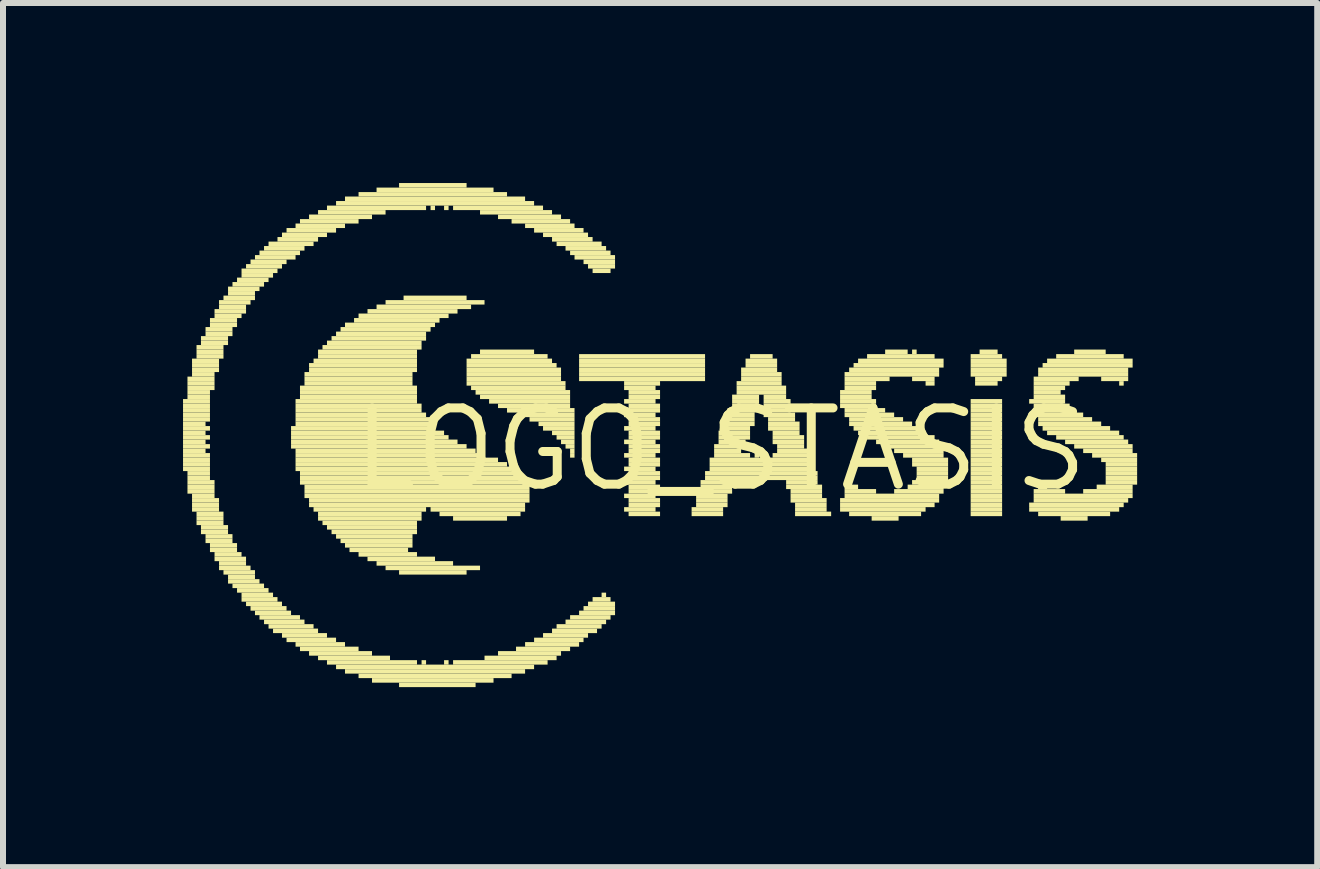
<source format=kicad_pcb>
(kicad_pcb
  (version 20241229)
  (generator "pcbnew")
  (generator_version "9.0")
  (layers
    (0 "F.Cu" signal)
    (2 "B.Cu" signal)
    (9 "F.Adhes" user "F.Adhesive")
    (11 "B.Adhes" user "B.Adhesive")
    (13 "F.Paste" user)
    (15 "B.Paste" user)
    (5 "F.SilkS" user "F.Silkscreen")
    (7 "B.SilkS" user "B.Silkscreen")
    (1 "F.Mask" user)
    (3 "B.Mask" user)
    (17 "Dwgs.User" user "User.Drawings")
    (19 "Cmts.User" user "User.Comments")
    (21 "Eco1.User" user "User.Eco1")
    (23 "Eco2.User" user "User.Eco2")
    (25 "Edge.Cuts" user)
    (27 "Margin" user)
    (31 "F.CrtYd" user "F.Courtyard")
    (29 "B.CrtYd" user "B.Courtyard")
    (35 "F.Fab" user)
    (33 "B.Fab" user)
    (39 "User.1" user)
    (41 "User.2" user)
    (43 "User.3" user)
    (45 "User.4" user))
  (footprint "LOGO_STASIS"
    (layer "F.Cu")
    (at 8.957 4.438)
    (property "Reference" "LOGO_STASIS" (at 0 0 0) (layer "F.SilkS") (effects (font (size 1.27 1.27) (thickness 0.15))))
    (fp_poly (pts (xy -8.957 -0.762) (xy -8.508 -0.762) (xy -8.508 -0.838) (xy -8.957 -0.838)) (stroke (width 0) (type default)) (fill yes) (layer "F.SilkS"))
    (fp_poly (pts (xy -8.957 -0.688) (xy -8.508 -0.688) (xy -8.508 -0.762) (xy -8.957 -0.762)) (stroke (width 0) (type default)) (fill yes) (layer "F.SilkS"))
    (fp_poly (pts (xy -8.957 -0.613) (xy -8.508 -0.613) (xy -8.508 -0.688) (xy -8.957 -0.688)) (stroke (width 0) (type default)) (fill yes) (layer "F.SilkS"))
    (fp_poly (pts (xy -8.957 -0.537) (xy -8.508 -0.537) (xy -8.508 -0.613) (xy -8.957 -0.613)) (stroke (width 0) (type default)) (fill yes) (layer "F.SilkS"))
    (fp_poly (pts (xy -8.957 -0.463) (xy -8.508 -0.463) (xy -8.508 -0.537) (xy -8.957 -0.537)) (stroke (width 0) (type default)) (fill yes) (layer "F.SilkS"))
    (fp_poly (pts (xy -8.957 -0.388) (xy -8.582 -0.388) (xy -8.582 -0.463) (xy -8.957 -0.463)) (stroke (width 0) (type default)) (fill yes) (layer "F.SilkS"))
    (fp_poly (pts (xy -8.957 -0.312) (xy -8.508 -0.312) (xy -8.508 -0.388) (xy -8.957 -0.388)) (stroke (width 0) (type default)) (fill yes) (layer "F.SilkS"))
    (fp_poly (pts (xy -8.957 -0.237) (xy -8.582 -0.237) (xy -8.582 -0.312) (xy -8.957 -0.312)) (stroke (width 0) (type default)) (fill yes) (layer "F.SilkS"))
    (fp_poly (pts (xy -8.957 -0.163) (xy -8.508 -0.163) (xy -8.508 -0.237) (xy -8.957 -0.237)) (stroke (width 0) (type default)) (fill yes) (layer "F.SilkS"))
    (fp_poly (pts (xy -8.957 -0.087) (xy -8.582 -0.087) (xy -8.582 -0.163) (xy -8.957 -0.163)) (stroke (width 0) (type default)) (fill yes) (layer "F.SilkS"))
    (fp_poly (pts (xy -8.957 -0.013) (xy -8.508 -0.013) (xy -8.508 -0.087) (xy -8.957 -0.087)) (stroke (width 0) (type default)) (fill yes) (layer "F.SilkS"))
    (fp_poly (pts (xy -8.957 0.062) (xy -8.582 0.062) (xy -8.582 -0.013) (xy -8.957 -0.013)) (stroke (width 0) (type default)) (fill yes) (layer "F.SilkS"))
    (fp_poly (pts (xy -8.957 0.138) (xy -8.508 0.138) (xy -8.508 0.062) (xy -8.957 0.062)) (stroke (width 0) (type default)) (fill yes) (layer "F.SilkS"))
    (fp_poly (pts (xy -8.957 0.212) (xy -8.508 0.212) (xy -8.508 0.138) (xy -8.957 0.138)) (stroke (width 0) (type default)) (fill yes) (layer "F.SilkS"))
    (fp_poly (pts (xy -8.957 0.287) (xy -8.508 0.287) (xy -8.508 0.212) (xy -8.957 0.212)) (stroke (width 0) (type default)) (fill yes) (layer "F.SilkS"))
    (fp_poly (pts (xy -8.957 0.362) (xy -8.508 0.362) (xy -8.508 0.287) (xy -8.957 0.287)) (stroke (width 0) (type default)) (fill yes) (layer "F.SilkS"))
    (fp_poly (pts (xy -8.883 -1.137) (xy -8.432 -1.137) (xy -8.432 -1.212) (xy -8.883 -1.212)) (stroke (width 0) (type default)) (fill yes) (layer "F.SilkS"))
    (fp_poly (pts (xy -8.883 -1.062) (xy -8.432 -1.062) (xy -8.432 -1.137) (xy -8.883 -1.137)) (stroke (width 0) (type default)) (fill yes) (layer "F.SilkS"))
    (fp_poly (pts (xy -8.883 -0.988) (xy -8.432 -0.988) (xy -8.432 -1.062) (xy -8.883 -1.062)) (stroke (width 0) (type default)) (fill yes) (layer "F.SilkS"))
    (fp_poly (pts (xy -8.883 -0.912) (xy -8.508 -0.912) (xy -8.508 -0.988) (xy -8.883 -0.988)) (stroke (width 0) (type default)) (fill yes) (layer "F.SilkS"))
    (fp_poly (pts (xy -8.883 -0.838) (xy -8.508 -0.838) (xy -8.508 -0.912) (xy -8.883 -0.912)) (stroke (width 0) (type default)) (fill yes) (layer "F.SilkS"))
    (fp_poly (pts (xy -8.883 0.438) (xy -8.508 0.438) (xy -8.508 0.362) (xy -8.883 0.362)) (stroke (width 0) (type default)) (fill yes) (layer "F.SilkS"))
    (fp_poly (pts (xy -8.883 0.512) (xy -8.508 0.512) (xy -8.508 0.438) (xy -8.883 0.438)) (stroke (width 0) (type default)) (fill yes) (layer "F.SilkS"))
    (fp_poly (pts (xy -8.883 0.588) (xy -8.432 0.588) (xy -8.432 0.512) (xy -8.883 0.512)) (stroke (width 0) (type default)) (fill yes) (layer "F.SilkS"))
    (fp_poly (pts (xy -8.883 0.662) (xy -8.432 0.662) (xy -8.432 0.588) (xy -8.883 0.588)) (stroke (width 0) (type default)) (fill yes) (layer "F.SilkS"))
    (fp_poly (pts (xy -8.883 0.738) (xy -8.432 0.738) (xy -8.432 0.662) (xy -8.883 0.662)) (stroke (width 0) (type default)) (fill yes) (layer "F.SilkS"))
    (fp_poly (pts (xy -8.807 -1.438) (xy -8.357 -1.438) (xy -8.357 -1.512) (xy -8.807 -1.512)) (stroke (width 0) (type default)) (fill yes) (layer "F.SilkS"))
    (fp_poly (pts (xy -8.807 -1.363) (xy -8.357 -1.363) (xy -8.357 -1.438) (xy -8.807 -1.438)) (stroke (width 0) (type default)) (fill yes) (layer "F.SilkS"))
    (fp_poly (pts (xy -8.807 -1.288) (xy -8.357 -1.288) (xy -8.357 -1.363) (xy -8.807 -1.363)) (stroke (width 0) (type default)) (fill yes) (layer "F.SilkS"))
    (fp_poly (pts (xy -8.807 -1.212) (xy -8.432 -1.212) (xy -8.432 -1.288) (xy -8.807 -1.288)) (stroke (width 0) (type default)) (fill yes) (layer "F.SilkS"))
    (fp_poly (pts (xy -8.807 0.812) (xy -8.432 0.812) (xy -8.432 0.738) (xy -8.807 0.738)) (stroke (width 0) (type default)) (fill yes) (layer "F.SilkS"))
    (fp_poly (pts (xy -8.807 0.887) (xy -8.357 0.887) (xy -8.357 0.812) (xy -8.807 0.812)) (stroke (width 0) (type default)) (fill yes) (layer "F.SilkS"))
    (fp_poly (pts (xy -8.807 0.963) (xy -8.357 0.963) (xy -8.357 0.887) (xy -8.807 0.887)) (stroke (width 0) (type default)) (fill yes) (layer "F.SilkS"))
    (fp_poly (pts (xy -8.807 1.038) (xy -8.357 1.038) (xy -8.357 0.963) (xy -8.807 0.963)) (stroke (width 0) (type default)) (fill yes) (layer "F.SilkS"))
    (fp_poly (pts (xy -8.732 -1.663) (xy -8.283 -1.663) (xy -8.283 -1.738) (xy -8.732 -1.738)) (stroke (width 0) (type default)) (fill yes) (layer "F.SilkS"))
    (fp_poly (pts (xy -8.732 -1.587) (xy -8.283 -1.587) (xy -8.283 -1.663) (xy -8.732 -1.663)) (stroke (width 0) (type default)) (fill yes) (layer "F.SilkS"))
    (fp_poly (pts (xy -8.732 -1.512) (xy -8.283 -1.512) (xy -8.283 -1.587) (xy -8.732 -1.587)) (stroke (width 0) (type default)) (fill yes) (layer "F.SilkS"))
    (fp_poly (pts (xy -8.732 1.113) (xy -8.283 1.113) (xy -8.283 1.038) (xy -8.732 1.038)) (stroke (width 0) (type default)) (fill yes) (layer "F.SilkS"))
    (fp_poly (pts (xy -8.732 1.188) (xy -8.283 1.188) (xy -8.283 1.113) (xy -8.732 1.113)) (stroke (width 0) (type default)) (fill yes) (layer "F.SilkS"))
    (fp_poly (pts (xy -8.732 1.262) (xy -8.283 1.262) (xy -8.283 1.188) (xy -8.732 1.188)) (stroke (width 0) (type default)) (fill yes) (layer "F.SilkS"))
    (fp_poly (pts (xy -8.658 -1.812) (xy -8.207 -1.812) (xy -8.207 -1.887) (xy -8.658 -1.887)) (stroke (width 0) (type default)) (fill yes) (layer "F.SilkS"))
    (fp_poly (pts (xy -8.658 -1.738) (xy -8.207 -1.738) (xy -8.207 -1.812) (xy -8.658 -1.812)) (stroke (width 0) (type default)) (fill yes) (layer "F.SilkS"))
    (fp_poly (pts (xy -8.658 1.337) (xy -8.207 1.337) (xy -8.207 1.262) (xy -8.658 1.262)) (stroke (width 0) (type default)) (fill yes) (layer "F.SilkS"))
    (fp_poly (pts (xy -8.658 1.413) (xy -8.207 1.413) (xy -8.207 1.337) (xy -8.658 1.337)) (stroke (width 0) (type default)) (fill yes) (layer "F.SilkS"))
    (fp_poly (pts (xy -8.582 -1.962) (xy -8.133 -1.962) (xy -8.133 -2.038) (xy -8.582 -2.038)) (stroke (width 0) (type default)) (fill yes) (layer "F.SilkS"))
    (fp_poly (pts (xy -8.582 -1.887) (xy -8.133 -1.887) (xy -8.133 -1.962) (xy -8.582 -1.962)) (stroke (width 0) (type default)) (fill yes) (layer "F.SilkS"))
    (fp_poly (pts (xy -8.582 1.488) (xy -8.133 1.488) (xy -8.133 1.413) (xy -8.582 1.413)) (stroke (width 0) (type default)) (fill yes) (layer "F.SilkS"))
    (fp_poly (pts (xy -8.582 1.562) (xy -8.133 1.562) (xy -8.133 1.488) (xy -8.582 1.488)) (stroke (width 0) (type default)) (fill yes) (layer "F.SilkS"))
    (fp_poly (pts (xy -8.508 -2.112) (xy -8.057 -2.112) (xy -8.057 -2.188) (xy -8.508 -2.188)) (stroke (width 0) (type default)) (fill yes) (layer "F.SilkS"))
    (fp_poly (pts (xy -8.508 -2.038) (xy -8.057 -2.038) (xy -8.057 -2.112) (xy -8.508 -2.112)) (stroke (width 0) (type default)) (fill yes) (layer "F.SilkS"))
    (fp_poly (pts (xy -8.508 1.637) (xy -8.057 1.637) (xy -8.057 1.562) (xy -8.508 1.562)) (stroke (width 0) (type default)) (fill yes) (layer "F.SilkS"))
    (fp_poly (pts (xy -8.508 1.712) (xy -8.057 1.712) (xy -8.057 1.637) (xy -8.508 1.637)) (stroke (width 0) (type default)) (fill yes) (layer "F.SilkS"))
    (fp_poly (pts (xy -8.432 -2.263) (xy -7.907 -2.263) (xy -7.907 -2.337) (xy -8.432 -2.337)) (stroke (width 0) (type default)) (fill yes) (layer "F.SilkS"))
    (fp_poly (pts (xy -8.432 -2.188) (xy -7.982 -2.188) (xy -7.982 -2.263) (xy -8.432 -2.263)) (stroke (width 0) (type default)) (fill yes) (layer "F.SilkS"))
    (fp_poly (pts (xy -8.432 1.788) (xy -7.982 1.788) (xy -7.982 1.712) (xy -8.432 1.712)) (stroke (width 0) (type default)) (fill yes) (layer "F.SilkS"))
    (fp_poly (pts (xy -8.432 1.863) (xy -7.907 1.863) (xy -7.907 1.788) (xy -8.432 1.788)) (stroke (width 0) (type default)) (fill yes) (layer "F.SilkS"))
    (fp_poly (pts (xy -8.357 -2.413) (xy -7.832 -2.413) (xy -7.832 -2.487) (xy -8.357 -2.487)) (stroke (width 0) (type default)) (fill yes) (layer "F.SilkS"))
    (fp_poly (pts (xy -8.357 -2.337) (xy -7.907 -2.337) (xy -7.907 -2.413) (xy -8.357 -2.413)) (stroke (width 0) (type default)) (fill yes) (layer "F.SilkS"))
    (fp_poly (pts (xy -8.357 1.938) (xy -7.907 1.938) (xy -7.907 1.863) (xy -8.357 1.863)) (stroke (width 0) (type default)) (fill yes) (layer "F.SilkS"))
    (fp_poly (pts (xy -8.357 2.013) (xy -7.832 2.013) (xy -7.832 1.938) (xy -8.357 1.938)) (stroke (width 0) (type default)) (fill yes) (layer "F.SilkS"))
    (fp_poly (pts (xy -8.283 -2.487) (xy -7.758 -2.487) (xy -7.758 -2.562) (xy -8.283 -2.562)) (stroke (width 0) (type default)) (fill yes) (layer "F.SilkS"))
    (fp_poly (pts (xy -8.283 2.087) (xy -7.758 2.087) (xy -7.758 2.013) (xy -8.283 2.013)) (stroke (width 0) (type default)) (fill yes) (layer "F.SilkS"))
    (fp_poly (pts (xy -8.207 -2.638) (xy -7.683 -2.638) (xy -7.683 -2.712) (xy -8.207 -2.712)) (stroke (width 0) (type default)) (fill yes) (layer "F.SilkS"))
    (fp_poly (pts (xy -8.207 -2.562) (xy -7.758 -2.562) (xy -7.758 -2.638) (xy -8.207 -2.638)) (stroke (width 0) (type default)) (fill yes) (layer "F.SilkS"))
    (fp_poly (pts (xy -8.207 2.163) (xy -7.758 2.163) (xy -7.758 2.087) (xy -8.207 2.087)) (stroke (width 0) (type default)) (fill yes) (layer "F.SilkS"))
    (fp_poly (pts (xy -8.207 2.237) (xy -7.683 2.237) (xy -7.683 2.163) (xy -8.207 2.163)) (stroke (width 0) (type default)) (fill yes) (layer "F.SilkS"))
    (fp_poly (pts (xy -8.133 -2.712) (xy -7.607 -2.712) (xy -7.607 -2.788) (xy -8.133 -2.788)) (stroke (width 0) (type default)) (fill yes) (layer "F.SilkS"))
    (fp_poly (pts (xy -8.133 2.312) (xy -7.607 2.312) (xy -7.607 2.237) (xy -8.133 2.237)) (stroke (width 0) (type default)) (fill yes) (layer "F.SilkS"))
    (fp_poly (pts (xy -8.057 -2.788) (xy -7.532 -2.788) (xy -7.532 -2.862) (xy -8.057 -2.862)) (stroke (width 0) (type default)) (fill yes) (layer "F.SilkS"))
    (fp_poly (pts (xy -8.057 2.388) (xy -7.532 2.388) (xy -7.532 2.312) (xy -8.057 2.312)) (stroke (width 0) (type default)) (fill yes) (layer "F.SilkS"))
    (fp_poly (pts (xy -7.982 -2.938) (xy -7.383 -2.938) (xy -7.383 -3.013) (xy -7.982 -3.013)) (stroke (width 0) (type default)) (fill yes) (layer "F.SilkS"))
    (fp_poly (pts (xy -7.982 -2.862) (xy -7.457 -2.862) (xy -7.457 -2.938) (xy -7.982 -2.938)) (stroke (width 0) (type default)) (fill yes) (layer "F.SilkS"))
    (fp_poly (pts (xy -7.982 2.462) (xy -7.457 2.462) (xy -7.457 2.388) (xy -7.982 2.388)) (stroke (width 0) (type default)) (fill yes) (layer "F.SilkS"))
    (fp_poly (pts (xy -7.982 2.538) (xy -7.383 2.538) (xy -7.383 2.462) (xy -7.982 2.462)) (stroke (width 0) (type default)) (fill yes) (layer "F.SilkS"))
    (fp_poly (pts (xy -7.907 -3.013) (xy -7.308 -3.013) (xy -7.308 -3.087) (xy -7.907 -3.087)) (stroke (width 0) (type default)) (fill yes) (layer "F.SilkS"))
    (fp_poly (pts (xy -7.907 2.612) (xy -7.308 2.612) (xy -7.308 2.538) (xy -7.907 2.538)) (stroke (width 0) (type default)) (fill yes) (layer "F.SilkS"))
    (fp_poly (pts (xy -7.832 -3.087) (xy -7.232 -3.087) (xy -7.232 -3.163) (xy -7.832 -3.163)) (stroke (width 0) (type default)) (fill yes) (layer "F.SilkS"))
    (fp_poly (pts (xy -7.832 2.688) (xy -7.232 2.688) (xy -7.232 2.612) (xy -7.832 2.612)) (stroke (width 0) (type default)) (fill yes) (layer "F.SilkS"))
    (fp_poly (pts (xy -7.758 -3.163) (xy -7.082 -3.163) (xy -7.082 -3.237) (xy -7.758 -3.237)) (stroke (width 0) (type default)) (fill yes) (layer "F.SilkS"))
    (fp_poly (pts (xy -7.758 2.763) (xy -7.157 2.763) (xy -7.157 2.688) (xy -7.758 2.688)) (stroke (width 0) (type default)) (fill yes) (layer "F.SilkS"))
    (fp_poly (pts (xy -7.683 -3.237) (xy -7.008 -3.237) (xy -7.008 -3.312) (xy -7.683 -3.312)) (stroke (width 0) (type default)) (fill yes) (layer "F.SilkS"))
    (fp_poly (pts (xy -7.683 2.837) (xy -7.008 2.837) (xy -7.008 2.763) (xy -7.683 2.763)) (stroke (width 0) (type default)) (fill yes) (layer "F.SilkS"))
    (fp_poly (pts (xy -7.607 -3.312) (xy -6.933 -3.312) (xy -6.933 -3.388) (xy -7.607 -3.388)) (stroke (width 0) (type default)) (fill yes) (layer "F.SilkS"))
    (fp_poly (pts (xy -7.607 2.913) (xy -6.933 2.913) (xy -6.933 2.837) (xy -7.607 2.837)) (stroke (width 0) (type default)) (fill yes) (layer "F.SilkS"))
    (fp_poly (pts (xy -7.532 -3.388) (xy -6.782 -3.388) (xy -6.782 -3.462) (xy -7.532 -3.462)) (stroke (width 0) (type default)) (fill yes) (layer "F.SilkS"))
    (fp_poly (pts (xy -7.532 2.987) (xy -6.782 2.987) (xy -6.782 2.913) (xy -7.532 2.913)) (stroke (width 0) (type default)) (fill yes) (layer "F.SilkS"))
    (fp_poly (pts (xy -7.457 3.062) (xy -6.707 3.062) (xy -6.707 2.987) (xy -7.457 2.987)) (stroke (width 0) (type default)) (fill yes) (layer "F.SilkS"))
    (fp_poly (pts (xy -7.383 -3.462) (xy -6.707 -3.462) (xy -6.707 -3.538) (xy -7.383 -3.538)) (stroke (width 0) (type default)) (fill yes) (layer "F.SilkS"))
    (fp_poly (pts (xy -7.308 -3.538) (xy -6.558 -3.538) (xy -6.558 -3.612) (xy -7.308 -3.612)) (stroke (width 0) (type default)) (fill yes) (layer "F.SilkS"))
    (fp_poly (pts (xy -7.308 3.138) (xy -6.558 3.138) (xy -6.558 3.062) (xy -7.308 3.062)) (stroke (width 0) (type default)) (fill yes) (layer "F.SilkS"))
    (fp_poly (pts (xy -7.232 -3.612) (xy -6.407 -3.612) (xy -6.407 -3.688) (xy -7.232 -3.688)) (stroke (width 0) (type default)) (fill yes) (layer "F.SilkS"))
    (fp_poly (pts (xy -7.232 3.212) (xy -6.407 3.212) (xy -6.407 3.138) (xy -7.232 3.138)) (stroke (width 0) (type default)) (fill yes) (layer "F.SilkS"))
    (fp_poly (pts (xy -7.157 -0.312) (xy -4.758 -0.312) (xy -4.758 -0.388) (xy -7.157 -0.388)) (stroke (width 0) (type default)) (fill yes) (layer "F.SilkS"))
    (fp_poly (pts (xy -7.157 -0.237) (xy -4.607 -0.237) (xy -4.607 -0.312) (xy -7.157 -0.312)) (stroke (width 0) (type default)) (fill yes) (layer "F.SilkS"))
    (fp_poly (pts (xy -7.157 -0.163) (xy -4.532 -0.163) (xy -4.532 -0.237) (xy -7.157 -0.237)) (stroke (width 0) (type default)) (fill yes) (layer "F.SilkS"))
    (fp_poly (pts (xy -7.157 -0.087) (xy -4.383 -0.087) (xy -4.383 -0.163) (xy -7.157 -0.163)) (stroke (width 0) (type default)) (fill yes) (layer "F.SilkS"))
    (fp_poly (pts (xy -7.157 -0.013) (xy -4.232 -0.013) (xy -4.232 -0.087) (xy -7.157 -0.087)) (stroke (width 0) (type default)) (fill yes) (layer "F.SilkS"))
    (fp_poly (pts (xy -7.082 -3.688) (xy -6.258 -3.688) (xy -6.258 -3.763) (xy -7.082 -3.763)) (stroke (width 0) (type default)) (fill yes) (layer "F.SilkS"))
    (fp_poly (pts (xy -7.082 -0.762) (xy -5.058 -0.762) (xy -5.058 -0.838) (xy -7.082 -0.838)) (stroke (width 0) (type default)) (fill yes) (layer "F.SilkS"))
    (fp_poly (pts (xy -7.082 -0.688) (xy -4.982 -0.688) (xy -4.982 -0.762) (xy -7.082 -0.762)) (stroke (width 0) (type default)) (fill yes) (layer "F.SilkS"))
    (fp_poly (pts (xy -7.082 -0.613) (xy -4.982 -0.613) (xy -4.982 -0.688) (xy -7.082 -0.688)) (stroke (width 0) (type default)) (fill yes) (layer "F.SilkS"))
    (fp_poly (pts (xy -7.082 -0.537) (xy -4.907 -0.537) (xy -4.907 -0.613) (xy -7.082 -0.613)) (stroke (width 0) (type default)) (fill yes) (layer "F.SilkS"))
    (fp_poly (pts (xy -7.082 -0.463) (xy -4.832 -0.463) (xy -4.832 -0.537) (xy -7.082 -0.537)) (stroke (width 0) (type default)) (fill yes) (layer "F.SilkS"))
    (fp_poly (pts (xy -7.082 -0.388) (xy -4.832 -0.388) (xy -4.832 -0.463) (xy -7.082 -0.463)) (stroke (width 0) (type default)) (fill yes) (layer "F.SilkS"))
    (fp_poly (pts (xy -7.082 0.062) (xy -4.082 0.062) (xy -4.082 -0.013) (xy -7.082 -0.013)) (stroke (width 0) (type default)) (fill yes) (layer "F.SilkS"))
    (fp_poly (pts (xy -7.082 0.138) (xy -3.933 0.138) (xy -3.933 0.062) (xy -7.082 0.062)) (stroke (width 0) (type default)) (fill yes) (layer "F.SilkS"))
    (fp_poly (pts (xy -7.082 0.212) (xy -3.708 0.212) (xy -3.708 0.138) (xy -7.082 0.138)) (stroke (width 0) (type default)) (fill yes) (layer "F.SilkS"))
    (fp_poly (pts (xy -7.082 0.287) (xy -3.558 0.287) (xy -3.558 0.212) (xy -7.082 0.212)) (stroke (width 0) (type default)) (fill yes) (layer "F.SilkS"))
    (fp_poly (pts (xy -7.082 0.362) (xy -3.482 0.362) (xy -3.482 0.287) (xy -7.082 0.287)) (stroke (width 0) (type default)) (fill yes) (layer "F.SilkS"))
    (fp_poly (pts (xy -7.082 3.288) (xy -6.258 3.288) (xy -6.258 3.212) (xy -7.082 3.212)) (stroke (width 0) (type default)) (fill yes) (layer "F.SilkS"))
    (fp_poly (pts (xy -7.008 -3.763) (xy -6.032 -3.763) (xy -6.032 -3.837) (xy -7.008 -3.837)) (stroke (width 0) (type default)) (fill yes) (layer "F.SilkS"))
    (fp_poly (pts (xy -7.008 -0.988) (xy -5.058 -0.988) (xy -5.058 -1.062) (xy -7.008 -1.062)) (stroke (width 0) (type default)) (fill yes) (layer "F.SilkS"))
    (fp_poly (pts (xy -7.008 -0.912) (xy -5.058 -0.912) (xy -5.058 -0.988) (xy -7.008 -0.988)) (stroke (width 0) (type default)) (fill yes) (layer "F.SilkS"))
    (fp_poly (pts (xy -7.008 -0.838) (xy -5.058 -0.838) (xy -5.058 -0.912) (xy -7.008 -0.912)) (stroke (width 0) (type default)) (fill yes) (layer "F.SilkS"))
    (fp_poly (pts (xy -7.008 0.438) (xy -3.333 0.438) (xy -3.333 0.362) (xy -7.008 0.362)) (stroke (width 0) (type default)) (fill yes) (layer "F.SilkS"))
    (fp_poly (pts (xy -7.008 0.512) (xy -3.257 0.512) (xy -3.257 0.438) (xy -7.008 0.438)) (stroke (width 0) (type default)) (fill yes) (layer "F.SilkS"))
    (fp_poly (pts (xy -7.008 0.588) (xy -3.257 0.588) (xy -3.257 0.512) (xy -7.008 0.512)) (stroke (width 0) (type default)) (fill yes) (layer "F.SilkS"))
    (fp_poly (pts (xy -7.008 3.362) (xy -6.032 3.362) (xy -6.032 3.288) (xy -7.008 3.288)) (stroke (width 0) (type default)) (fill yes) (layer "F.SilkS"))
    (fp_poly (pts (xy -6.933 -1.212) (xy -5.133 -1.212) (xy -5.133 -1.288) (xy -6.933 -1.288)) (stroke (width 0) (type default)) (fill yes) (layer "F.SilkS"))
    (fp_poly (pts (xy -6.933 -1.137) (xy -5.133 -1.137) (xy -5.133 -1.212) (xy -6.933 -1.212)) (stroke (width 0) (type default)) (fill yes) (layer "F.SilkS"))
    (fp_poly (pts (xy -6.933 -1.062) (xy -5.133 -1.062) (xy -5.133 -1.137) (xy -6.933 -1.137)) (stroke (width 0) (type default)) (fill yes) (layer "F.SilkS"))
    (fp_poly (pts (xy -6.933 0.662) (xy -3.183 0.662) (xy -3.183 0.588) (xy -6.933 0.588)) (stroke (width 0) (type default)) (fill yes) (layer "F.SilkS"))
    (fp_poly (pts (xy -6.933 0.738) (xy -3.183 0.738) (xy -3.183 0.662) (xy -6.933 0.662)) (stroke (width 0) (type default)) (fill yes) (layer "F.SilkS"))
    (fp_poly (pts (xy -6.933 0.812) (xy -3.183 0.812) (xy -3.183 0.738) (xy -6.933 0.738)) (stroke (width 0) (type default)) (fill yes) (layer "F.SilkS"))
    (fp_poly (pts (xy -6.857 -3.837) (xy -5.808 -3.837) (xy -5.808 -3.913) (xy -6.857 -3.913)) (stroke (width 0) (type default)) (fill yes) (layer "F.SilkS"))
    (fp_poly (pts (xy -6.857 -1.363) (xy -5.058 -1.363) (xy -5.058 -1.438) (xy -6.857 -1.438)) (stroke (width 0) (type default)) (fill yes) (layer "F.SilkS"))
    (fp_poly (pts (xy -6.857 -1.288) (xy -5.058 -1.288) (xy -5.058 -1.363) (xy -6.857 -1.363)) (stroke (width 0) (type default)) (fill yes) (layer "F.SilkS"))
    (fp_poly (pts (xy -6.857 0.887) (xy -3.183 0.887) (xy -3.183 0.812) (xy -6.857 0.812)) (stroke (width 0) (type default)) (fill yes) (layer "F.SilkS"))
    (fp_poly (pts (xy -6.857 0.963) (xy -3.257 0.963) (xy -3.257 0.887) (xy -6.857 0.887)) (stroke (width 0) (type default)) (fill yes) (layer "F.SilkS"))
    (fp_poly (pts (xy -6.857 3.438) (xy -5.808 3.438) (xy -5.808 3.362) (xy -6.857 3.362)) (stroke (width 0) (type default)) (fill yes) (layer "F.SilkS"))
    (fp_poly (pts (xy -6.782 -1.438) (xy -5.058 -1.438) (xy -5.058 -1.512) (xy -6.782 -1.512)) (stroke (width 0) (type default)) (fill yes) (layer "F.SilkS"))
    (fp_poly (pts (xy -6.782 1.038) (xy -4.907 1.038) (xy -4.907 0.963) (xy -6.782 0.963)) (stroke (width 0) (type default)) (fill yes) (layer "F.SilkS"))
    (fp_poly (pts (xy -6.707 -3.913) (xy -5.582 -3.913) (xy -5.582 -3.987) (xy -6.707 -3.987)) (stroke (width 0) (type default)) (fill yes) (layer "F.SilkS"))
    (fp_poly (pts (xy -6.707 -1.587) (xy -5.058 -1.587) (xy -5.058 -1.663) (xy -6.707 -1.663)) (stroke (width 0) (type default)) (fill yes) (layer "F.SilkS"))
    (fp_poly (pts (xy -6.707 -1.512) (xy -5.058 -1.512) (xy -5.058 -1.587) (xy -6.707 -1.587)) (stroke (width 0) (type default)) (fill yes) (layer "F.SilkS"))
    (fp_poly (pts (xy -6.707 1.113) (xy -4.982 1.113) (xy -4.982 1.038) (xy -6.707 1.038)) (stroke (width 0) (type default)) (fill yes) (layer "F.SilkS"))
    (fp_poly (pts (xy -6.707 1.188) (xy -4.982 1.188) (xy -4.982 1.113) (xy -6.707 1.113)) (stroke (width 0) (type default)) (fill yes) (layer "F.SilkS"))
    (fp_poly (pts (xy -6.707 3.513) (xy -5.508 3.513) (xy -5.508 3.438) (xy -6.707 3.438)) (stroke (width 0) (type default)) (fill yes) (layer "F.SilkS"))
    (fp_poly (pts (xy -6.633 -1.663) (xy -4.982 -1.663) (xy -4.982 -1.738) (xy -6.633 -1.738)) (stroke (width 0) (type default)) (fill yes) (layer "F.SilkS"))
    (fp_poly (pts (xy -6.633 1.262) (xy -5.058 1.262) (xy -5.058 1.188) (xy -6.633 1.188)) (stroke (width 0) (type default)) (fill yes) (layer "F.SilkS"))
    (fp_poly (pts (xy -6.558 -3.987) (xy -4.907 -3.987) (xy -4.907 -4.062) (xy -6.558 -4.062)) (stroke (width 0) (type default)) (fill yes) (layer "F.SilkS"))
    (fp_poly (pts (xy -6.558 -1.738) (xy -4.982 -1.738) (xy -4.982 -1.812) (xy -6.558 -1.812)) (stroke (width 0) (type default)) (fill yes) (layer "F.SilkS"))
    (fp_poly (pts (xy -6.558 1.337) (xy -5.058 1.337) (xy -5.058 1.262) (xy -6.558 1.262)) (stroke (width 0) (type default)) (fill yes) (layer "F.SilkS"))
    (fp_poly (pts (xy -6.558 3.587) (xy -5.058 3.587) (xy -5.058 3.513) (xy -6.558 3.513)) (stroke (width 0) (type default)) (fill yes) (layer "F.SilkS"))
    (fp_poly (pts (xy -6.482 -1.812) (xy -4.907 -1.812) (xy -4.907 -1.887) (xy -6.482 -1.887)) (stroke (width 0) (type default)) (fill yes) (layer "F.SilkS"))
    (fp_poly (pts (xy -6.482 1.413) (xy -5.058 1.413) (xy -5.058 1.337) (xy -6.482 1.337)) (stroke (width 0) (type default)) (fill yes) (layer "F.SilkS"))
    (fp_poly (pts (xy -6.407 -4.062) (xy -3.107 -4.062) (xy -3.107 -4.138) (xy -6.407 -4.138)) (stroke (width 0) (type default)) (fill yes) (layer "F.SilkS"))
    (fp_poly (pts (xy -6.407 -1.887) (xy -4.907 -1.887) (xy -4.907 -1.962) (xy -6.407 -1.962)) (stroke (width 0) (type default)) (fill yes) (layer "F.SilkS"))
    (fp_poly (pts (xy -6.407 1.488) (xy -5.133 1.488) (xy -5.133 1.413) (xy -6.407 1.413)) (stroke (width 0) (type default)) (fill yes) (layer "F.SilkS"))
    (fp_poly (pts (xy -6.407 3.663) (xy -3.107 3.663) (xy -3.107 3.587) (xy -6.407 3.587)) (stroke (width 0) (type default)) (fill yes) (layer "F.SilkS"))
    (fp_poly (pts (xy -6.332 -1.962) (xy -4.832 -1.962) (xy -4.832 -2.038) (xy -6.332 -2.038)) (stroke (width 0) (type default)) (fill yes) (layer "F.SilkS"))
    (fp_poly (pts (xy -6.332 1.562) (xy -5.133 1.562) (xy -5.133 1.488) (xy -6.332 1.488)) (stroke (width 0) (type default)) (fill yes) (layer "F.SilkS"))
    (fp_poly (pts (xy -6.258 -4.138) (xy -3.257 -4.138) (xy -3.257 -4.213) (xy -6.258 -4.213)) (stroke (width 0) (type default)) (fill yes) (layer "F.SilkS"))
    (fp_poly (pts (xy -6.258 -2.038) (xy -4.758 -2.038) (xy -4.758 -2.112) (xy -6.258 -2.112)) (stroke (width 0) (type default)) (fill yes) (layer "F.SilkS"))
    (fp_poly (pts (xy -6.258 1.637) (xy -5.133 1.637) (xy -5.133 1.562) (xy -6.258 1.562)) (stroke (width 0) (type default)) (fill yes) (layer "F.SilkS"))
    (fp_poly (pts (xy -6.258 3.737) (xy -3.257 3.737) (xy -3.257 3.663) (xy -6.258 3.663)) (stroke (width 0) (type default)) (fill yes) (layer "F.SilkS"))
    (fp_poly (pts (xy -6.183 1.712) (xy -5.207 1.712) (xy -5.207 1.637) (xy -6.183 1.637)) (stroke (width 0) (type default)) (fill yes) (layer "F.SilkS"))
    (fp_poly (pts (xy -6.107 -2.112) (xy -4.683 -2.112) (xy -4.683 -2.188) (xy -6.107 -2.188)) (stroke (width 0) (type default)) (fill yes) (layer "F.SilkS"))
    (fp_poly (pts (xy -6.032 -4.213) (xy -3.558 -4.213) (xy -3.558 -4.287) (xy -6.032 -4.287)) (stroke (width 0) (type default)) (fill yes) (layer "F.SilkS"))
    (fp_poly (pts (xy -6.032 -2.188) (xy -4.532 -2.188) (xy -4.532 -2.263) (xy -6.032 -2.263)) (stroke (width 0) (type default)) (fill yes) (layer "F.SilkS"))
    (fp_poly (pts (xy -6.032 1.788) (xy -5.058 1.788) (xy -5.058 1.712) (xy -6.032 1.712)) (stroke (width 0) (type default)) (fill yes) (layer "F.SilkS"))
    (fp_poly (pts (xy -6.032 3.812) (xy -3.482 3.812) (xy -3.482 3.737) (xy -6.032 3.737)) (stroke (width 0) (type default)) (fill yes) (layer "F.SilkS"))
    (fp_poly (pts (xy -5.883 -2.263) (xy -4.383 -2.263) (xy -4.383 -2.337) (xy -5.883 -2.337)) (stroke (width 0) (type default)) (fill yes) (layer "F.SilkS"))
    (fp_poly (pts (xy -5.883 1.863) (xy -4.758 1.863) (xy -4.758 1.788) (xy -5.883 1.788)) (stroke (width 0) (type default)) (fill yes) (layer "F.SilkS"))
    (fp_poly (pts (xy -5.808 3.888) (xy -3.783 3.888) (xy -3.783 3.812) (xy -5.808 3.812)) (stroke (width 0) (type default)) (fill yes) (layer "F.SilkS"))
    (fp_poly (pts (xy -5.732 -4.287) (xy -3.783 -4.287) (xy -3.783 -4.362) (xy -5.732 -4.362)) (stroke (width 0) (type default)) (fill yes) (layer "F.SilkS"))
    (fp_poly (pts (xy -5.732 -2.337) (xy -4.157 -2.337) (xy -4.157 -2.413) (xy -5.732 -2.413)) (stroke (width 0) (type default)) (fill yes) (layer "F.SilkS"))
    (fp_poly (pts (xy -5.732 1.938) (xy -4.457 1.938) (xy -4.457 1.863) (xy -5.732 1.863)) (stroke (width 0) (type default)) (fill yes) (layer "F.SilkS"))
    (fp_poly (pts (xy -5.582 -2.413) (xy -3.933 -2.413) (xy -3.933 -2.487) (xy -5.582 -2.487)) (stroke (width 0) (type default)) (fill yes) (layer "F.SilkS"))
    (fp_poly (pts (xy -5.582 2.013) (xy -4.008 2.013) (xy -4.008 1.938) (xy -5.582 1.938)) (stroke (width 0) (type default)) (fill yes) (layer "F.SilkS"))
    (fp_poly (pts (xy -5.357 -4.362) (xy -4.232 -4.362) (xy -4.232 -4.438) (xy -5.357 -4.438)) (stroke (width 0) (type default)) (fill yes) (layer "F.SilkS"))
    (fp_poly (pts (xy -5.357 2.087) (xy -4.232 2.087) (xy -4.232 2.013) (xy -5.357 2.013)) (stroke (width 0) (type default)) (fill yes) (layer "F.SilkS"))
    (fp_poly (pts (xy -5.357 3.962) (xy -4.082 3.962) (xy -4.082 3.888) (xy -5.357 3.888)) (stroke (width 0) (type default)) (fill yes) (layer "F.SilkS"))
    (fp_poly (pts (xy -5.282 -2.487) (xy -4.232 -2.487) (xy -4.232 -2.562) (xy -5.282 -2.562)) (stroke (width 0) (type default)) (fill yes) (layer "F.SilkS"))
    (fp_poly (pts (xy -4.982 3.587) (xy -4.907 3.587) (xy -4.907 3.513) (xy -4.982 3.513)) (stroke (width 0) (type default)) (fill yes) (layer "F.SilkS"))
    (fp_poly (pts (xy -4.832 -3.987) (xy -4.758 -3.987) (xy -4.758 -4.062) (xy -4.832 -4.062)) (stroke (width 0) (type default)) (fill yes) (layer "F.SilkS"))
    (fp_poly (pts (xy -4.832 1.038) (xy -3.257 1.038) (xy -3.257 0.963) (xy -4.832 0.963)) (stroke (width 0) (type default)) (fill yes) (layer "F.SilkS"))
    (fp_poly (pts (xy -4.683 1.113) (xy -3.333 1.113) (xy -3.333 1.038) (xy -4.683 1.038)) (stroke (width 0) (type default)) (fill yes) (layer "F.SilkS"))
    (fp_poly (pts (xy -4.607 -3.987) (xy -4.532 -3.987) (xy -4.532 -4.062) (xy -4.607 -4.062)) (stroke (width 0) (type default)) (fill yes) (layer "F.SilkS"))
    (fp_poly (pts (xy -4.607 3.587) (xy -4.532 3.587) (xy -4.532 3.513) (xy -4.607 3.513)) (stroke (width 0) (type default)) (fill yes) (layer "F.SilkS"))
    (fp_poly (pts (xy -4.457 -3.987) (xy -2.958 -3.987) (xy -2.958 -4.062) (xy -4.457 -4.062)) (stroke (width 0) (type default)) (fill yes) (layer "F.SilkS"))
    (fp_poly (pts (xy -4.457 1.188) (xy -3.558 1.188) (xy -3.558 1.113) (xy -4.457 1.113)) (stroke (width 0) (type default)) (fill yes) (layer "F.SilkS"))
    (fp_poly (pts (xy -4.457 3.587) (xy -2.882 3.587) (xy -2.882 3.513) (xy -4.457 3.513)) (stroke (width 0) (type default)) (fill yes) (layer "F.SilkS"))
    (fp_poly (pts (xy -4.232 -1.438) (xy -2.808 -1.438) (xy -2.808 -1.512) (xy -4.232 -1.512)) (stroke (width 0) (type default)) (fill yes) (layer "F.SilkS"))
    (fp_poly (pts (xy -4.232 -1.363) (xy -2.732 -1.363) (xy -2.732 -1.438) (xy -4.232 -1.438)) (stroke (width 0) (type default)) (fill yes) (layer "F.SilkS"))
    (fp_poly (pts (xy -4.232 -1.288) (xy -2.658 -1.288) (xy -2.658 -1.363) (xy -4.232 -1.363)) (stroke (width 0) (type default)) (fill yes) (layer "F.SilkS"))
    (fp_poly (pts (xy -4.232 -1.212) (xy -2.658 -1.212) (xy -2.658 -1.288) (xy -4.232 -1.288)) (stroke (width 0) (type default)) (fill yes) (layer "F.SilkS"))
    (fp_poly (pts (xy -4.232 -1.137) (xy -2.658 -1.137) (xy -2.658 -1.212) (xy -4.232 -1.212)) (stroke (width 0) (type default)) (fill yes) (layer "F.SilkS"))
    (fp_poly (pts (xy -4.232 -1.062) (xy -2.583 -1.062) (xy -2.583 -1.137) (xy -4.232 -1.137)) (stroke (width 0) (type default)) (fill yes) (layer "F.SilkS"))
    (fp_poly (pts (xy -4.157 -1.512) (xy -2.882 -1.512) (xy -2.882 -1.587) (xy -4.157 -1.587)) (stroke (width 0) (type default)) (fill yes) (layer "F.SilkS"))
    (fp_poly (pts (xy -4.157 -0.988) (xy -2.583 -0.988) (xy -2.583 -1.062) (xy -4.157 -1.062)) (stroke (width 0) (type default)) (fill yes) (layer "F.SilkS"))
    (fp_poly (pts (xy -4.082 -0.912) (xy -2.507 -0.912) (xy -2.507 -0.988) (xy -4.082 -0.988)) (stroke (width 0) (type default)) (fill yes) (layer "F.SilkS"))
    (fp_poly (pts (xy -4.008 -3.913) (xy -2.808 -3.913) (xy -2.808 -3.987) (xy -4.008 -3.987)) (stroke (width 0) (type default)) (fill yes) (layer "F.SilkS"))
    (fp_poly (pts (xy -4.008 -1.587) (xy -3.107 -1.587) (xy -3.107 -1.663) (xy -4.008 -1.663)) (stroke (width 0) (type default)) (fill yes) (layer "F.SilkS"))
    (fp_poly (pts (xy -4.008 -0.838) (xy -2.507 -0.838) (xy -2.507 -0.912) (xy -4.008 -0.912)) (stroke (width 0) (type default)) (fill yes) (layer "F.SilkS"))
    (fp_poly (pts (xy -3.933 3.513) (xy -2.732 3.513) (xy -2.732 3.438) (xy -3.933 3.438)) (stroke (width 0) (type default)) (fill yes) (layer "F.SilkS"))
    (fp_poly (pts (xy -3.857 -0.762) (xy -2.507 -0.762) (xy -2.507 -0.838) (xy -3.857 -0.838)) (stroke (width 0) (type default)) (fill yes) (layer "F.SilkS"))
    (fp_poly (pts (xy -3.708 -3.837) (xy -2.658 -3.837) (xy -2.658 -3.913) (xy -3.708 -3.913)) (stroke (width 0) (type default)) (fill yes) (layer "F.SilkS"))
    (fp_poly (pts (xy -3.708 -0.688) (xy -2.507 -0.688) (xy -2.507 -0.762) (xy -3.708 -0.762)) (stroke (width 0) (type default)) (fill yes) (layer "F.SilkS"))
    (fp_poly (pts (xy -3.708 3.438) (xy -2.658 3.438) (xy -2.658 3.362) (xy -3.708 3.362)) (stroke (width 0) (type default)) (fill yes) (layer "F.SilkS"))
    (fp_poly (pts (xy -3.558 -0.613) (xy -2.433 -0.613) (xy -2.433 -0.688) (xy -3.558 -0.688)) (stroke (width 0) (type default)) (fill yes) (layer "F.SilkS"))
    (fp_poly (pts (xy -3.482 -3.763) (xy -2.507 -3.763) (xy -2.507 -3.837) (xy -3.482 -3.837)) (stroke (width 0) (type default)) (fill yes) (layer "F.SilkS"))
    (fp_poly (pts (xy -3.408 3.362) (xy -2.507 3.362) (xy -2.507 3.288) (xy -3.408 3.288)) (stroke (width 0) (type default)) (fill yes) (layer "F.SilkS"))
    (fp_poly (pts (xy -3.333 -0.537) (xy -2.433 -0.537) (xy -2.433 -0.613) (xy -3.333 -0.613)) (stroke (width 0) (type default)) (fill yes) (layer "F.SilkS"))
    (fp_poly (pts (xy -3.257 -3.688) (xy -2.433 -3.688) (xy -2.433 -3.763) (xy -3.257 -3.763)) (stroke (width 0) (type default)) (fill yes) (layer "F.SilkS"))
    (fp_poly (pts (xy -3.257 3.288) (xy -2.357 3.288) (xy -2.357 3.212) (xy -3.257 3.212)) (stroke (width 0) (type default)) (fill yes) (layer "F.SilkS"))
    (fp_poly (pts (xy -3.183 -0.463) (xy -2.433 -0.463) (xy -2.433 -0.537) (xy -3.183 -0.537)) (stroke (width 0) (type default)) (fill yes) (layer "F.SilkS"))
    (fp_poly (pts (xy -3.107 -3.612) (xy -2.283 -3.612) (xy -2.283 -3.688) (xy -3.107 -3.688)) (stroke (width 0) (type default)) (fill yes) (layer "F.SilkS"))
    (fp_poly (pts (xy -3.107 3.212) (xy -2.283 3.212) (xy -2.283 3.138) (xy -3.107 3.138)) (stroke (width 0) (type default)) (fill yes) (layer "F.SilkS"))
    (fp_poly (pts (xy -3.033 -0.388) (xy -2.433 -0.388) (xy -2.433 -0.463) (xy -3.033 -0.463)) (stroke (width 0) (type default)) (fill yes) (layer "F.SilkS"))
    (fp_poly (pts (xy -2.958 -3.538) (xy -2.208 -3.538) (xy -2.208 -3.612) (xy -2.958 -3.612)) (stroke (width 0) (type default)) (fill yes) (layer "F.SilkS"))
    (fp_poly (pts (xy -2.958 -0.312) (xy -2.433 -0.312) (xy -2.433 -0.388) (xy -2.958 -0.388)) (stroke (width 0) (type default)) (fill yes) (layer "F.SilkS"))
    (fp_poly (pts (xy -2.958 3.138) (xy -2.208 3.138) (xy -2.208 3.062) (xy -2.958 3.062)) (stroke (width 0) (type default)) (fill yes) (layer "F.SilkS"))
    (fp_poly (pts (xy -2.808 -3.462) (xy -2.132 -3.462) (xy -2.132 -3.538) (xy -2.808 -3.538)) (stroke (width 0) (type default)) (fill yes) (layer "F.SilkS"))
    (fp_poly (pts (xy -2.808 -0.237) (xy -2.433 -0.237) (xy -2.433 -0.312) (xy -2.808 -0.312)) (stroke (width 0) (type default)) (fill yes) (layer "F.SilkS"))
    (fp_poly (pts (xy -2.808 3.062) (xy -2.058 3.062) (xy -2.058 2.987) (xy -2.808 2.987)) (stroke (width 0) (type default)) (fill yes) (layer "F.SilkS"))
    (fp_poly (pts (xy -2.732 -3.388) (xy -1.982 -3.388) (xy -1.982 -3.462) (xy -2.732 -3.462)) (stroke (width 0) (type default)) (fill yes) (layer "F.SilkS"))
    (fp_poly (pts (xy -2.732 -0.163) (xy -2.433 -0.163) (xy -2.433 -0.237) (xy -2.732 -0.237)) (stroke (width 0) (type default)) (fill yes) (layer "F.SilkS"))
    (fp_poly (pts (xy -2.732 2.987) (xy -1.982 2.987) (xy -1.982 2.913) (xy -2.732 2.913)) (stroke (width 0) (type default)) (fill yes) (layer "F.SilkS"))
    (fp_poly (pts (xy -2.658 -0.087) (xy -2.433 -0.087) (xy -2.433 -0.163) (xy -2.658 -0.163)) (stroke (width 0) (type default)) (fill yes) (layer "F.SilkS"))
    (fp_poly (pts (xy -2.583 -3.312) (xy -1.907 -3.312) (xy -1.907 -3.388) (xy -2.583 -3.388)) (stroke (width 0) (type default)) (fill yes) (layer "F.SilkS"))
    (fp_poly (pts (xy -2.583 -0.013) (xy -2.433 -0.013) (xy -2.433 -0.087) (xy -2.583 -0.087)) (stroke (width 0) (type default)) (fill yes) (layer "F.SilkS"))
    (fp_poly (pts (xy -2.583 2.913) (xy -1.907 2.913) (xy -1.907 2.837) (xy -2.583 2.837)) (stroke (width 0) (type default)) (fill yes) (layer "F.SilkS"))
    (fp_poly (pts (xy -2.507 -3.237) (xy -1.833 -3.237) (xy -1.833 -3.312) (xy -2.507 -3.312)) (stroke (width 0) (type default)) (fill yes) (layer "F.SilkS"))
    (fp_poly (pts (xy -2.507 0.062) (xy -2.433 0.062) (xy -2.433 -0.013) (xy -2.507 -0.013)) (stroke (width 0) (type default)) (fill yes) (layer "F.SilkS"))
    (fp_poly (pts (xy -2.507 0.138) (xy -2.433 0.138) (xy -2.433 0.062) (xy -2.507 0.062)) (stroke (width 0) (type default)) (fill yes) (layer "F.SilkS"))
    (fp_poly (pts (xy -2.507 2.837) (xy -1.833 2.837) (xy -1.833 2.763) (xy -2.507 2.763)) (stroke (width 0) (type default)) (fill yes) (layer "F.SilkS"))
    (fp_poly (pts (xy -2.433 -3.163) (xy -1.758 -3.163) (xy -1.758 -3.237) (xy -2.433 -3.237)) (stroke (width 0) (type default)) (fill yes) (layer "F.SilkS"))
    (fp_poly (pts (xy -2.357 -1.512) (xy -0.258 -1.512) (xy -0.258 -1.587) (xy -2.357 -1.587)) (stroke (width 0) (type default)) (fill yes) (layer "F.SilkS"))
    (fp_poly (pts (xy -2.357 -1.438) (xy -0.258 -1.438) (xy -0.258 -1.512) (xy -2.357 -1.512)) (stroke (width 0) (type default)) (fill yes) (layer "F.SilkS"))
    (fp_poly (pts (xy -2.357 -1.363) (xy -0.258 -1.363) (xy -0.258 -1.438) (xy -2.357 -1.438)) (stroke (width 0) (type default)) (fill yes) (layer "F.SilkS"))
    (fp_poly (pts (xy -2.357 -1.288) (xy -0.258 -1.288) (xy -0.258 -1.363) (xy -2.357 -1.363)) (stroke (width 0) (type default)) (fill yes) (layer "F.SilkS"))
    (fp_poly (pts (xy -2.357 -1.212) (xy -0.258 -1.212) (xy -0.258 -1.288) (xy -2.357 -1.288)) (stroke (width 0) (type default)) (fill yes) (layer "F.SilkS"))
    (fp_poly (pts (xy -2.357 -1.137) (xy -0.258 -1.137) (xy -0.258 -1.212) (xy -2.357 -1.212)) (stroke (width 0) (type default)) (fill yes) (layer "F.SilkS"))
    (fp_poly (pts (xy -2.357 2.763) (xy -1.758 2.763) (xy -1.758 2.688) (xy -2.357 2.688)) (stroke (width 0) (type default)) (fill yes) (layer "F.SilkS"))
    (fp_poly (pts (xy -2.283 -3.087) (xy -1.758 -3.087) (xy -1.758 -3.163) (xy -2.283 -3.163)) (stroke (width 0) (type default)) (fill yes) (layer "F.SilkS"))
    (fp_poly (pts (xy -2.283 2.688) (xy -1.758 2.688) (xy -1.758 2.612) (xy -2.283 2.612)) (stroke (width 0) (type default)) (fill yes) (layer "F.SilkS"))
    (fp_poly (pts (xy -2.208 -3.013) (xy -1.758 -3.013) (xy -1.758 -3.087) (xy -2.208 -3.087)) (stroke (width 0) (type default)) (fill yes) (layer "F.SilkS"))
    (fp_poly (pts (xy -2.208 2.612) (xy -1.758 2.612) (xy -1.758 2.538) (xy -2.208 2.538)) (stroke (width 0) (type default)) (fill yes) (layer "F.SilkS"))
    (fp_poly (pts (xy -2.132 -2.938) (xy -1.833 -2.938) (xy -1.833 -3.013) (xy -2.132 -3.013)) (stroke (width 0) (type default)) (fill yes) (layer "F.SilkS"))
    (fp_poly (pts (xy -2.132 2.538) (xy -1.833 2.538) (xy -1.833 2.462) (xy -2.132 2.462)) (stroke (width 0) (type default)) (fill yes) (layer "F.SilkS"))
    (fp_poly (pts (xy -1.982 2.462) (xy -1.907 2.462) (xy -1.907 2.388) (xy -1.982 2.388)) (stroke (width 0) (type default)) (fill yes) (layer "F.SilkS"))
    (fp_poly (pts (xy -1.607 -1.062) (xy -1.008 -1.062) (xy -1.008 -1.137) (xy -1.607 -1.137)) (stroke (width 0) (type default)) (fill yes) (layer "F.SilkS"))
    (fp_poly (pts (xy -1.607 -0.988) (xy -1.083 -0.988) (xy -1.083 -1.062) (xy -1.607 -1.062)) (stroke (width 0) (type default)) (fill yes) (layer "F.SilkS"))
    (fp_poly (pts (xy -1.607 -0.762) (xy -1.083 -0.762) (xy -1.083 -0.838) (xy -1.607 -0.838)) (stroke (width 0) (type default)) (fill yes) (layer "F.SilkS"))
    (fp_poly (pts (xy -1.607 -0.537) (xy -1.083 -0.537) (xy -1.083 -0.613) (xy -1.607 -0.613)) (stroke (width 0) (type default)) (fill yes) (layer "F.SilkS"))
    (fp_poly (pts (xy -1.607 -0.312) (xy -1.083 -0.312) (xy -1.083 -0.388) (xy -1.607 -0.388)) (stroke (width 0) (type default)) (fill yes) (layer "F.SilkS"))
    (fp_poly (pts (xy -1.607 -0.087) (xy -1.083 -0.087) (xy -1.083 -0.163) (xy -1.607 -0.163)) (stroke (width 0) (type default)) (fill yes) (layer "F.SilkS"))
    (fp_poly (pts (xy -1.607 0.138) (xy -1.083 0.138) (xy -1.083 0.062) (xy -1.607 0.062)) (stroke (width 0) (type default)) (fill yes) (layer "F.SilkS"))
    (fp_poly (pts (xy -1.607 0.362) (xy -1.083 0.362) (xy -1.083 0.287) (xy -1.607 0.287)) (stroke (width 0) (type default)) (fill yes) (layer "F.SilkS"))
    (fp_poly (pts (xy -1.607 0.588) (xy -1.083 0.588) (xy -1.083 0.512) (xy -1.607 0.512)) (stroke (width 0) (type default)) (fill yes) (layer "F.SilkS"))
    (fp_poly (pts (xy -1.607 0.812) (xy -1.083 0.812) (xy -1.083 0.738) (xy -1.607 0.738)) (stroke (width 0) (type default)) (fill yes) (layer "F.SilkS"))
    (fp_poly (pts (xy -1.607 1.038) (xy -1.083 1.038) (xy -1.083 0.963) (xy -1.607 0.963)) (stroke (width 0) (type default)) (fill yes) (layer "F.SilkS"))
    (fp_poly (pts (xy -1.532 -0.912) (xy -1.008 -0.912) (xy -1.008 -0.988) (xy -1.532 -0.988)) (stroke (width 0) (type default)) (fill yes) (layer "F.SilkS"))
    (fp_poly (pts (xy -1.532 -0.838) (xy -1.008 -0.838) (xy -1.008 -0.912) (xy -1.532 -0.912)) (stroke (width 0) (type default)) (fill yes) (layer "F.SilkS"))
    (fp_poly (pts (xy -1.532 -0.688) (xy -1.008 -0.688) (xy -1.008 -0.762) (xy -1.532 -0.762)) (stroke (width 0) (type default)) (fill yes) (layer "F.SilkS"))
    (fp_poly (pts (xy -1.532 -0.613) (xy -1.008 -0.613) (xy -1.008 -0.688) (xy -1.532 -0.688)) (stroke (width 0) (type default)) (fill yes) (layer "F.SilkS"))
    (fp_poly (pts (xy -1.532 -0.463) (xy -1.008 -0.463) (xy -1.008 -0.537) (xy -1.532 -0.537)) (stroke (width 0) (type default)) (fill yes) (layer "F.SilkS"))
    (fp_poly (pts (xy -1.532 -0.388) (xy -1.008 -0.388) (xy -1.008 -0.463) (xy -1.532 -0.463)) (stroke (width 0) (type default)) (fill yes) (layer "F.SilkS"))
    (fp_poly (pts (xy -1.532 -0.237) (xy -1.008 -0.237) (xy -1.008 -0.312) (xy -1.532 -0.312)) (stroke (width 0) (type default)) (fill yes) (layer "F.SilkS"))
    (fp_poly (pts (xy -1.532 -0.163) (xy -1.008 -0.163) (xy -1.008 -0.237) (xy -1.532 -0.237)) (stroke (width 0) (type default)) (fill yes) (layer "F.SilkS"))
    (fp_poly (pts (xy -1.532 -0.013) (xy -1.008 -0.013) (xy -1.008 -0.087) (xy -1.532 -0.087)) (stroke (width 0) (type default)) (fill yes) (layer "F.SilkS"))
    (fp_poly (pts (xy -1.532 0.062) (xy -1.008 0.062) (xy -1.008 -0.013) (xy -1.532 -0.013)) (stroke (width 0) (type default)) (fill yes) (layer "F.SilkS"))
    (fp_poly (pts (xy -1.532 0.212) (xy -1.008 0.212) (xy -1.008 0.138) (xy -1.532 0.138)) (stroke (width 0) (type default)) (fill yes) (layer "F.SilkS"))
    (fp_poly (pts (xy -1.532 0.287) (xy -1.008 0.287) (xy -1.008 0.212) (xy -1.532 0.212)) (stroke (width 0) (type default)) (fill yes) (layer "F.SilkS"))
    (fp_poly (pts (xy -1.532 0.438) (xy -1.008 0.438) (xy -1.008 0.362) (xy -1.532 0.362)) (stroke (width 0) (type default)) (fill yes) (layer "F.SilkS"))
    (fp_poly (pts (xy -1.532 0.512) (xy -1.008 0.512) (xy -1.008 0.438) (xy -1.532 0.438)) (stroke (width 0) (type default)) (fill yes) (layer "F.SilkS"))
    (fp_poly (pts (xy -1.532 0.662) (xy -1.008 0.662) (xy -1.008 0.588) (xy -1.532 0.588)) (stroke (width 0) (type default)) (fill yes) (layer "F.SilkS"))
    (fp_poly (pts (xy -1.532 0.738) (xy -1.008 0.738) (xy -1.008 0.662) (xy -1.532 0.662)) (stroke (width 0) (type default)) (fill yes) (layer "F.SilkS"))
    (fp_poly (pts (xy -1.532 0.887) (xy -1.008 0.887) (xy -1.008 0.812) (xy -1.532 0.812)) (stroke (width 0) (type default)) (fill yes) (layer "F.SilkS"))
    (fp_poly (pts (xy -1.532 0.963) (xy -1.008 0.963) (xy -1.008 0.887) (xy -1.532 0.887)) (stroke (width 0) (type default)) (fill yes) (layer "F.SilkS"))
    (fp_poly (pts (xy -1.532 1.113) (xy -1.008 1.113) (xy -1.008 1.038) (xy -1.532 1.038)) (stroke (width 0) (type default)) (fill yes) (layer "F.SilkS"))
    (fp_poly (pts (xy -0.482 1.038) (xy 0.043 1.038) (xy 0.043 0.963) (xy -0.482 0.963)) (stroke (width 0) (type default)) (fill yes) (layer "F.SilkS"))
    (fp_poly (pts (xy -0.482 1.113) (xy 0.043 1.113) (xy 0.043 1.038) (xy -0.482 1.038)) (stroke (width 0) (type default)) (fill yes) (layer "F.SilkS"))
    (fp_poly (pts (xy -0.407 0.812) (xy 0.117 0.812) (xy 0.117 0.738) (xy -0.407 0.738)) (stroke (width 0) (type default)) (fill yes) (layer "F.SilkS"))
    (fp_poly (pts (xy -0.407 0.887) (xy 0.117 0.887) (xy 0.117 0.812) (xy -0.407 0.812)) (stroke (width 0) (type default)) (fill yes) (layer "F.SilkS"))
    (fp_poly (pts (xy -0.407 0.963) (xy 0.117 0.963) (xy 0.117 0.887) (xy -0.407 0.887)) (stroke (width 0) (type default)) (fill yes) (layer "F.SilkS"))
    (fp_poly (pts (xy -0.333 0.588) (xy 0.193 0.588) (xy 0.193 0.512) (xy -0.333 0.512)) (stroke (width 0) (type default)) (fill yes) (layer "F.SilkS"))
    (fp_poly (pts (xy -0.333 0.662) (xy 0.193 0.662) (xy 0.193 0.588) (xy -0.333 0.588)) (stroke (width 0) (type default)) (fill yes) (layer "F.SilkS"))
    (fp_poly (pts (xy -0.333 0.738) (xy 0.193 0.738) (xy 0.193 0.662) (xy -0.333 0.662)) (stroke (width 0) (type default)) (fill yes) (layer "F.SilkS"))
    (fp_poly (pts (xy -0.258 0.438) (xy 1.617 0.438) (xy 1.617 0.362) (xy -0.258 0.362)) (stroke (width 0) (type default)) (fill yes) (layer "F.SilkS"))
    (fp_poly (pts (xy -0.258 0.512) (xy 1.617 0.512) (xy 1.617 0.438) (xy -0.258 0.438)) (stroke (width 0) (type default)) (fill yes) (layer "F.SilkS"))
    (fp_poly (pts (xy -0.182 0.212) (xy 1.468 0.212) (xy 1.468 0.138) (xy -0.182 0.138)) (stroke (width 0) (type default)) (fill yes) (layer "F.SilkS"))
    (fp_poly (pts (xy -0.182 0.287) (xy 1.542 0.287) (xy 1.542 0.212) (xy -0.182 0.212)) (stroke (width 0) (type default)) (fill yes) (layer "F.SilkS"))
    (fp_poly (pts (xy -0.182 0.362) (xy 1.542 0.362) (xy 1.542 0.287) (xy -0.182 0.287)) (stroke (width 0) (type default)) (fill yes) (layer "F.SilkS"))
    (fp_poly (pts (xy -0.107 -0.013) (xy 0.417 -0.013) (xy 0.417 -0.087) (xy -0.107 -0.087)) (stroke (width 0) (type default)) (fill yes) (layer "F.SilkS"))
    (fp_poly (pts (xy -0.107 0.062) (xy 0.343 0.062) (xy 0.343 -0.013) (xy -0.107 -0.013)) (stroke (width 0) (type default)) (fill yes) (layer "F.SilkS"))
    (fp_poly (pts (xy -0.107 0.138) (xy 0.492 0.138) (xy 0.492 0.062) (xy -0.107 0.062)) (stroke (width 0) (type default)) (fill yes) (layer "F.SilkS"))
    (fp_poly (pts (xy -0.033 -0.237) (xy 0.492 -0.237) (xy 0.492 -0.312) (xy -0.033 -0.312)) (stroke (width 0) (type default)) (fill yes) (layer "F.SilkS"))
    (fp_poly (pts (xy -0.033 -0.163) (xy 0.492 -0.163) (xy 0.492 -0.237) (xy -0.033 -0.237)) (stroke (width 0) (type default)) (fill yes) (layer "F.SilkS"))
    (fp_poly (pts (xy -0.033 -0.087) (xy 0.417 -0.087) (xy 0.417 -0.163) (xy -0.033 -0.163)) (stroke (width 0) (type default)) (fill yes) (layer "F.SilkS"))
    (fp_poly (pts (xy 0.043 -0.388) (xy 0.568 -0.388) (xy 0.568 -0.463) (xy 0.043 -0.463)) (stroke (width 0) (type default)) (fill yes) (layer "F.SilkS"))
    (fp_poly (pts (xy 0.043 -0.312) (xy 0.492 -0.312) (xy 0.492 -0.388) (xy 0.043 -0.388)) (stroke (width 0) (type default)) (fill yes) (layer "F.SilkS"))
    (fp_poly (pts (xy 0.117 -0.613) (xy 0.568 -0.613) (xy 0.568 -0.688) (xy 0.117 -0.688)) (stroke (width 0) (type default)) (fill yes) (layer "F.SilkS"))
    (fp_poly (pts (xy 0.117 -0.537) (xy 0.568 -0.537) (xy 0.568 -0.613) (xy 0.117 -0.613)) (stroke (width 0) (type default)) (fill yes) (layer "F.SilkS"))
    (fp_poly (pts (xy 0.117 -0.463) (xy 0.568 -0.463) (xy 0.568 -0.537) (xy 0.117 -0.537)) (stroke (width 0) (type default)) (fill yes) (layer "F.SilkS"))
    (fp_poly (pts (xy 0.193 -0.838) (xy 0.642 -0.838) (xy 0.642 -0.912) (xy 0.193 -0.912)) (stroke (width 0) (type default)) (fill yes) (layer "F.SilkS"))
    (fp_poly (pts (xy 0.193 -0.762) (xy 0.642 -0.762) (xy 0.642 -0.838) (xy 0.193 -0.838)) (stroke (width 0) (type default)) (fill yes) (layer "F.SilkS"))
    (fp_poly (pts (xy 0.193 -0.688) (xy 0.642 -0.688) (xy 0.642 -0.762) (xy 0.193 -0.762)) (stroke (width 0) (type default)) (fill yes) (layer "F.SilkS"))
    (fp_poly (pts (xy 0.268 -1.062) (xy 1.018 -1.062) (xy 1.018 -1.137) (xy 0.268 -1.137)) (stroke (width 0) (type default)) (fill yes) (layer "F.SilkS"))
    (fp_poly (pts (xy 0.268 -0.988) (xy 1.093 -0.988) (xy 1.093 -1.062) (xy 0.268 -1.062)) (stroke (width 0) (type default)) (fill yes) (layer "F.SilkS"))
    (fp_poly (pts (xy 0.268 -0.912) (xy 1.093 -0.912) (xy 1.093 -0.988) (xy 0.268 -0.988)) (stroke (width 0) (type default)) (fill yes) (layer "F.SilkS"))
    (fp_poly (pts (xy 0.343 -1.288) (xy 0.943 -1.288) (xy 0.943 -1.363) (xy 0.343 -1.363)) (stroke (width 0) (type default)) (fill yes) (layer "F.SilkS"))
    (fp_poly (pts (xy 0.343 -1.212) (xy 1.018 -1.212) (xy 1.018 -1.288) (xy 0.343 -1.288)) (stroke (width 0) (type default)) (fill yes) (layer "F.SilkS"))
    (fp_poly (pts (xy 0.343 -1.137) (xy 1.018 -1.137) (xy 1.018 -1.212) (xy 0.343 -1.212)) (stroke (width 0) (type default)) (fill yes) (layer "F.SilkS"))
    (fp_poly (pts (xy 0.417 -1.438) (xy 0.943 -1.438) (xy 0.943 -1.512) (xy 0.417 -1.512)) (stroke (width 0) (type default)) (fill yes) (layer "F.SilkS"))
    (fp_poly (pts (xy 0.417 -1.363) (xy 0.943 -1.363) (xy 0.943 -1.438) (xy 0.417 -1.438)) (stroke (width 0) (type default)) (fill yes) (layer "F.SilkS"))
    (fp_poly (pts (xy 0.492 -1.512) (xy 0.868 -1.512) (xy 0.868 -1.587) (xy 0.492 -1.587)) (stroke (width 0) (type default)) (fill yes) (layer "F.SilkS"))
    (fp_poly (pts (xy 0.568 0.138) (xy 0.642 0.138) (xy 0.642 0.062) (xy 0.568 0.062)) (stroke (width 0) (type default)) (fill yes) (layer "F.SilkS"))
    (fp_poly (pts (xy 0.718 -0.838) (xy 1.093 -0.838) (xy 1.093 -0.912) (xy 0.718 -0.912)) (stroke (width 0) (type default)) (fill yes) (layer "F.SilkS"))
    (fp_poly (pts (xy 0.718 -0.762) (xy 1.167 -0.762) (xy 1.167 -0.838) (xy 0.718 -0.838)) (stroke (width 0) (type default)) (fill yes) (layer "F.SilkS"))
    (fp_poly (pts (xy 0.718 -0.688) (xy 1.167 -0.688) (xy 1.167 -0.762) (xy 0.718 -0.762)) (stroke (width 0) (type default)) (fill yes) (layer "F.SilkS"))
    (fp_poly (pts (xy 0.718 -0.613) (xy 1.167 -0.613) (xy 1.167 -0.688) (xy 0.718 -0.688)) (stroke (width 0) (type default)) (fill yes) (layer "F.SilkS"))
    (fp_poly (pts (xy 0.718 -0.537) (xy 1.242 -0.537) (xy 1.242 -0.613) (xy 0.718 -0.613)) (stroke (width 0) (type default)) (fill yes) (layer "F.SilkS"))
    (fp_poly (pts (xy 0.718 0.138) (xy 0.792 0.138) (xy 0.792 0.062) (xy 0.718 0.062)) (stroke (width 0) (type default)) (fill yes) (layer "F.SilkS"))
    (fp_poly (pts (xy 0.792 -0.463) (xy 1.242 -0.463) (xy 1.242 -0.537) (xy 0.792 -0.537)) (stroke (width 0) (type default)) (fill yes) (layer "F.SilkS"))
    (fp_poly (pts (xy 0.792 -0.388) (xy 1.317 -0.388) (xy 1.317 -0.463) (xy 0.792 -0.463)) (stroke (width 0) (type default)) (fill yes) (layer "F.SilkS"))
    (fp_poly (pts (xy 0.792 -0.312) (xy 1.317 -0.312) (xy 1.317 -0.388) (xy 0.792 -0.388)) (stroke (width 0) (type default)) (fill yes) (layer "F.SilkS"))
    (fp_poly (pts (xy 0.868 -0.237) (xy 1.317 -0.237) (xy 1.317 -0.312) (xy 0.868 -0.312)) (stroke (width 0) (type default)) (fill yes) (layer "F.SilkS"))
    (fp_poly (pts (xy 0.868 -0.163) (xy 1.393 -0.163) (xy 1.393 -0.237) (xy 0.868 -0.237)) (stroke (width 0) (type default)) (fill yes) (layer "F.SilkS"))
    (fp_poly (pts (xy 0.868 -0.087) (xy 1.393 -0.087) (xy 1.393 -0.163) (xy 0.868 -0.163)) (stroke (width 0) (type default)) (fill yes) (layer "F.SilkS"))
    (fp_poly (pts (xy 0.868 0.138) (xy 1.468 0.138) (xy 1.468 0.062) (xy 0.868 0.062)) (stroke (width 0) (type default)) (fill yes) (layer "F.SilkS"))
    (fp_poly (pts (xy 0.943 -0.013) (xy 1.393 -0.013) (xy 1.393 -0.087) (xy 0.943 -0.087)) (stroke (width 0) (type default)) (fill yes) (layer "F.SilkS"))
    (fp_poly (pts (xy 0.943 0.062) (xy 1.468 0.062) (xy 1.468 -0.013) (xy 0.943 -0.013)) (stroke (width 0) (type default)) (fill yes) (layer "F.SilkS"))
    (fp_poly (pts (xy 1.093 0.588) (xy 1.617 0.588) (xy 1.617 0.512) (xy 1.093 0.512)) (stroke (width 0) (type default)) (fill yes) (layer "F.SilkS"))
    (fp_poly (pts (xy 1.093 0.662) (xy 1.692 0.662) (xy 1.692 0.588) (xy 1.093 0.588)) (stroke (width 0) (type default)) (fill yes) (layer "F.SilkS"))
    (fp_poly (pts (xy 1.167 0.738) (xy 1.692 0.738) (xy 1.692 0.662) (xy 1.167 0.662)) (stroke (width 0) (type default)) (fill yes) (layer "F.SilkS"))
    (fp_poly (pts (xy 1.167 0.812) (xy 1.692 0.812) (xy 1.692 0.738) (xy 1.167 0.738)) (stroke (width 0) (type default)) (fill yes) (layer "F.SilkS"))
    (fp_poly (pts (xy 1.167 0.887) (xy 1.768 0.887) (xy 1.768 0.812) (xy 1.167 0.812)) (stroke (width 0) (type default)) (fill yes) (layer "F.SilkS"))
    (fp_poly (pts (xy 1.242 0.963) (xy 1.768 0.963) (xy 1.768 0.887) (xy 1.242 0.887)) (stroke (width 0) (type default)) (fill yes) (layer "F.SilkS"))
    (fp_poly (pts (xy 1.242 1.038) (xy 1.768 1.038) (xy 1.768 0.963) (xy 1.242 0.963)) (stroke (width 0) (type default)) (fill yes) (layer "F.SilkS"))
    (fp_poly (pts (xy 1.242 1.113) (xy 1.843 1.113) (xy 1.843 1.038) (xy 1.242 1.038)) (stroke (width 0) (type default)) (fill yes) (layer "F.SilkS"))
    (fp_poly (pts (xy 1.992 -0.912) (xy 2.518 -0.912) (xy 2.518 -0.988) (xy 1.992 -0.988)) (stroke (width 0) (type default)) (fill yes) (layer "F.SilkS"))
    (fp_poly (pts (xy 1.992 -0.838) (xy 2.518 -0.838) (xy 2.518 -0.912) (xy 1.992 -0.912)) (stroke (width 0) (type default)) (fill yes) (layer "F.SilkS"))
    (fp_poly (pts (xy 1.992 -0.762) (xy 2.592 -0.762) (xy 2.592 -0.838) (xy 1.992 -0.838)) (stroke (width 0) (type default)) (fill yes) (layer "F.SilkS"))
    (fp_poly (pts (xy 1.992 -0.688) (xy 2.592 -0.688) (xy 2.592 -0.762) (xy 1.992 -0.762)) (stroke (width 0) (type default)) (fill yes) (layer "F.SilkS"))
    (fp_poly (pts (xy 1.992 0.887) (xy 3.643 0.887) (xy 3.643 0.812) (xy 1.992 0.812)) (stroke (width 0) (type default)) (fill yes) (layer "F.SilkS"))
    (fp_poly (pts (xy 1.992 0.963) (xy 3.567 0.963) (xy 3.567 0.887) (xy 1.992 0.887)) (stroke (width 0) (type default)) (fill yes) (layer "F.SilkS"))
    (fp_poly (pts (xy 1.992 1.038) (xy 3.417 1.038) (xy 3.417 0.963) (xy 1.992 0.963)) (stroke (width 0) (type default)) (fill yes) (layer "F.SilkS"))
    (fp_poly (pts (xy 2.067 -1.212) (xy 3.643 -1.212) (xy 3.643 -1.288) (xy 2.067 -1.288)) (stroke (width 0) (type default)) (fill yes) (layer "F.SilkS"))
    (fp_poly (pts (xy 2.067 -1.137) (xy 2.817 -1.137) (xy 2.817 -1.212) (xy 2.067 -1.212)) (stroke (width 0) (type default)) (fill yes) (layer "F.SilkS"))
    (fp_poly (pts (xy 2.067 -1.062) (xy 2.592 -1.062) (xy 2.592 -1.137) (xy 2.067 -1.137)) (stroke (width 0) (type default)) (fill yes) (layer "F.SilkS"))
    (fp_poly (pts (xy 2.067 -0.988) (xy 2.592 -0.988) (xy 2.592 -1.062) (xy 2.067 -1.062)) (stroke (width 0) (type default)) (fill yes) (layer "F.SilkS"))
    (fp_poly (pts (xy 2.067 -0.613) (xy 2.743 -0.613) (xy 2.743 -0.688) (xy 2.067 -0.688)) (stroke (width 0) (type default)) (fill yes) (layer "F.SilkS"))
    (fp_poly (pts (xy 2.067 -0.537) (xy 2.893 -0.537) (xy 2.893 -0.613) (xy 2.067 -0.613)) (stroke (width 0) (type default)) (fill yes) (layer "F.SilkS"))
    (fp_poly (pts (xy 2.067 0.662) (xy 2.292 0.662) (xy 2.292 0.588) (xy 2.067 0.588)) (stroke (width 0) (type default)) (fill yes) (layer "F.SilkS"))
    (fp_poly (pts (xy 2.067 0.738) (xy 2.592 0.738) (xy 2.592 0.662) (xy 2.067 0.662)) (stroke (width 0) (type default)) (fill yes) (layer "F.SilkS"))
    (fp_poly (pts (xy 2.067 0.812) (xy 3.643 0.812) (xy 3.643 0.738) (xy 2.067 0.738)) (stroke (width 0) (type default)) (fill yes) (layer "F.SilkS"))
    (fp_poly (pts (xy 2.143 -1.288) (xy 3.643 -1.288) (xy 3.643 -1.363) (xy 2.143 -1.363)) (stroke (width 0) (type default)) (fill yes) (layer "F.SilkS"))
    (fp_poly (pts (xy 2.143 -0.463) (xy 3.042 -0.463) (xy 3.042 -0.537) (xy 2.143 -0.537)) (stroke (width 0) (type default)) (fill yes) (layer "F.SilkS"))
    (fp_poly (pts (xy 2.143 -0.388) (xy 3.192 -0.388) (xy 3.192 -0.463) (xy 2.143 -0.463)) (stroke (width 0) (type default)) (fill yes) (layer "F.SilkS"))
    (fp_poly (pts (xy 2.143 1.113) (xy 3.342 1.113) (xy 3.342 1.038) (xy 2.143 1.038)) (stroke (width 0) (type default)) (fill yes) (layer "F.SilkS"))
    (fp_poly (pts (xy 2.217 -1.363) (xy 3.717 -1.363) (xy 3.717 -1.438) (xy 2.217 -1.438)) (stroke (width 0) (type default)) (fill yes) (layer "F.SilkS"))
    (fp_poly (pts (xy 2.217 -0.312) (xy 3.342 -0.312) (xy 3.342 -0.388) (xy 2.217 -0.388)) (stroke (width 0) (type default)) (fill yes) (layer "F.SilkS"))
    (fp_poly (pts (xy 2.292 -1.438) (xy 3.717 -1.438) (xy 3.717 -1.512) (xy 2.292 -1.512)) (stroke (width 0) (type default)) (fill yes) (layer "F.SilkS"))
    (fp_poly (pts (xy 2.292 -0.237) (xy 3.417 -0.237) (xy 3.417 -0.312) (xy 2.292 -0.312)) (stroke (width 0) (type default)) (fill yes) (layer "F.SilkS"))
    (fp_poly (pts (xy 2.442 -1.512) (xy 3.567 -1.512) (xy 3.567 -1.587) (xy 2.442 -1.587)) (stroke (width 0) (type default)) (fill yes) (layer "F.SilkS"))
    (fp_poly (pts (xy 2.442 -0.163) (xy 3.567 -0.163) (xy 3.567 -0.237) (xy 2.442 -0.237)) (stroke (width 0) (type default)) (fill yes) (layer "F.SilkS"))
    (fp_poly (pts (xy 2.518 1.188) (xy 2.967 1.188) (xy 2.967 1.113) (xy 2.518 1.113)) (stroke (width 0) (type default)) (fill yes) (layer "F.SilkS"))
    (fp_poly (pts (xy 2.592 -0.087) (xy 3.643 -0.087) (xy 3.643 -0.163) (xy 2.592 -0.163)) (stroke (width 0) (type default)) (fill yes) (layer "F.SilkS"))
    (fp_poly (pts (xy 2.743 -1.587) (xy 3.118 -1.587) (xy 3.118 -1.663) (xy 2.743 -1.663)) (stroke (width 0) (type default)) (fill yes) (layer "F.SilkS"))
    (fp_poly (pts (xy 2.743 -0.013) (xy 3.643 -0.013) (xy 3.643 -0.087) (xy 2.743 -0.087)) (stroke (width 0) (type default)) (fill yes) (layer "F.SilkS"))
    (fp_poly (pts (xy 2.893 0.062) (xy 3.717 0.062) (xy 3.717 -0.013) (xy 2.893 -0.013)) (stroke (width 0) (type default)) (fill yes) (layer "F.SilkS"))
    (fp_poly (pts (xy 2.893 0.738) (xy 3.717 0.738) (xy 3.717 0.662) (xy 2.893 0.662)) (stroke (width 0) (type default)) (fill yes) (layer "F.SilkS"))
    (fp_poly (pts (xy 3.042 0.138) (xy 3.717 0.138) (xy 3.717 0.062) (xy 3.042 0.062)) (stroke (width 0) (type default)) (fill yes) (layer "F.SilkS"))
    (fp_poly (pts (xy 3.118 0.662) (xy 3.717 0.662) (xy 3.717 0.588) (xy 3.118 0.588)) (stroke (width 0) (type default)) (fill yes) (layer "F.SilkS"))
    (fp_poly (pts (xy 3.192 -1.587) (xy 3.268 -1.587) (xy 3.268 -1.663) (xy 3.192 -1.663)) (stroke (width 0) (type default)) (fill yes) (layer "F.SilkS"))
    (fp_poly (pts (xy 3.192 -1.137) (xy 3.567 -1.137) (xy 3.567 -1.212) (xy 3.192 -1.212)) (stroke (width 0) (type default)) (fill yes) (layer "F.SilkS"))
    (fp_poly (pts (xy 3.192 0.212) (xy 3.792 0.212) (xy 3.792 0.138) (xy 3.192 0.138)) (stroke (width 0) (type default)) (fill yes) (layer "F.SilkS"))
    (fp_poly (pts (xy 3.192 0.287) (xy 3.792 0.287) (xy 3.792 0.212) (xy 3.192 0.212)) (stroke (width 0) (type default)) (fill yes) (layer "F.SilkS"))
    (fp_poly (pts (xy 3.192 0.588) (xy 3.792 0.588) (xy 3.792 0.512) (xy 3.192 0.512)) (stroke (width 0) (type default)) (fill yes) (layer "F.SilkS"))
    (fp_poly (pts (xy 3.268 0.362) (xy 3.792 0.362) (xy 3.792 0.287) (xy 3.268 0.287)) (stroke (width 0) (type default)) (fill yes) (layer "F.SilkS"))
    (fp_poly (pts (xy 3.268 0.438) (xy 3.792 0.438) (xy 3.792 0.362) (xy 3.268 0.362)) (stroke (width 0) (type default)) (fill yes) (layer "F.SilkS"))
    (fp_poly (pts (xy 3.268 0.512) (xy 3.792 0.512) (xy 3.792 0.438) (xy 3.268 0.438)) (stroke (width 0) (type default)) (fill yes) (layer "F.SilkS"))
    (fp_poly (pts (xy 3.417 -1.062) (xy 3.567 -1.062) (xy 3.567 -1.137) (xy 3.417 -1.137)) (stroke (width 0) (type default)) (fill yes) (layer "F.SilkS"))
    (fp_poly (pts (xy 4.168 -1.512) (xy 4.692 -1.512) (xy 4.692 -1.587) (xy 4.168 -1.587)) (stroke (width 0) (type default)) (fill yes) (layer "F.SilkS"))
    (fp_poly (pts (xy 4.168 -1.438) (xy 4.768 -1.438) (xy 4.768 -1.512) (xy 4.168 -1.512)) (stroke (width 0) (type default)) (fill yes) (layer "F.SilkS"))
    (fp_poly (pts (xy 4.168 -1.363) (xy 4.768 -1.363) (xy 4.768 -1.438) (xy 4.168 -1.438)) (stroke (width 0) (type default)) (fill yes) (layer "F.SilkS"))
    (fp_poly (pts (xy 4.168 -1.288) (xy 4.768 -1.288) (xy 4.768 -1.363) (xy 4.168 -1.363)) (stroke (width 0) (type default)) (fill yes) (layer "F.SilkS"))
    (fp_poly (pts (xy 4.168 -1.212) (xy 4.768 -1.212) (xy 4.768 -1.288) (xy 4.168 -1.288)) (stroke (width 0) (type default)) (fill yes) (layer "F.SilkS"))
    (fp_poly (pts (xy 4.168 -0.762) (xy 4.692 -0.762) (xy 4.692 -0.838) (xy 4.168 -0.838)) (stroke (width 0) (type default)) (fill yes) (layer "F.SilkS"))
    (fp_poly (pts (xy 4.168 -0.688) (xy 4.692 -0.688) (xy 4.692 -0.762) (xy 4.168 -0.762)) (stroke (width 0) (type default)) (fill yes) (layer "F.SilkS"))
    (fp_poly (pts (xy 4.168 -0.613) (xy 4.692 -0.613) (xy 4.692 -0.688) (xy 4.168 -0.688)) (stroke (width 0) (type default)) (fill yes) (layer "F.SilkS"))
    (fp_poly (pts (xy 4.168 -0.537) (xy 4.692 -0.537) (xy 4.692 -0.613) (xy 4.168 -0.613)) (stroke (width 0) (type default)) (fill yes) (layer "F.SilkS"))
    (fp_poly (pts (xy 4.168 -0.463) (xy 4.692 -0.463) (xy 4.692 -0.537) (xy 4.168 -0.537)) (stroke (width 0) (type default)) (fill yes) (layer "F.SilkS"))
    (fp_poly (pts (xy 4.168 -0.388) (xy 4.692 -0.388) (xy 4.692 -0.463) (xy 4.168 -0.463)) (stroke (width 0) (type default)) (fill yes) (layer "F.SilkS"))
    (fp_poly (pts (xy 4.168 -0.312) (xy 4.692 -0.312) (xy 4.692 -0.388) (xy 4.168 -0.388)) (stroke (width 0) (type default)) (fill yes) (layer "F.SilkS"))
    (fp_poly (pts (xy 4.168 -0.237) (xy 4.692 -0.237) (xy 4.692 -0.312) (xy 4.168 -0.312)) (stroke (width 0) (type default)) (fill yes) (layer "F.SilkS"))
    (fp_poly (pts (xy 4.168 -0.163) (xy 4.692 -0.163) (xy 4.692 -0.237) (xy 4.168 -0.237)) (stroke (width 0) (type default)) (fill yes) (layer "F.SilkS"))
    (fp_poly (pts (xy 4.168 -0.087) (xy 4.692 -0.087) (xy 4.692 -0.163) (xy 4.168 -0.163)) (stroke (width 0) (type default)) (fill yes) (layer "F.SilkS"))
    (fp_poly (pts (xy 4.168 -0.013) (xy 4.692 -0.013) (xy 4.692 -0.087) (xy 4.168 -0.087)) (stroke (width 0) (type default)) (fill yes) (layer "F.SilkS"))
    (fp_poly (pts (xy 4.168 0.062) (xy 4.692 0.062) (xy 4.692 -0.013) (xy 4.168 -0.013)) (stroke (width 0) (type default)) (fill yes) (layer "F.SilkS"))
    (fp_poly (pts (xy 4.168 0.138) (xy 4.692 0.138) (xy 4.692 0.062) (xy 4.168 0.062)) (stroke (width 0) (type default)) (fill yes) (layer "F.SilkS"))
    (fp_poly (pts (xy 4.168 0.212) (xy 4.692 0.212) (xy 4.692 0.138) (xy 4.168 0.138)) (stroke (width 0) (type default)) (fill yes) (layer "F.SilkS"))
    (fp_poly (pts (xy 4.168 0.287) (xy 4.692 0.287) (xy 4.692 0.212) (xy 4.168 0.212)) (stroke (width 0) (type default)) (fill yes) (layer "F.SilkS"))
    (fp_poly (pts (xy 4.168 0.362) (xy 4.692 0.362) (xy 4.692 0.287) (xy 4.168 0.287)) (stroke (width 0) (type default)) (fill yes) (layer "F.SilkS"))
    (fp_poly (pts (xy 4.168 0.438) (xy 4.692 0.438) (xy 4.692 0.362) (xy 4.168 0.362)) (stroke (width 0) (type default)) (fill yes) (layer "F.SilkS"))
    (fp_poly (pts (xy 4.168 0.512) (xy 4.692 0.512) (xy 4.692 0.438) (xy 4.168 0.438)) (stroke (width 0) (type default)) (fill yes) (layer "F.SilkS"))
    (fp_poly (pts (xy 4.168 0.588) (xy 4.692 0.588) (xy 4.692 0.512) (xy 4.168 0.512)) (stroke (width 0) (type default)) (fill yes) (layer "F.SilkS"))
    (fp_poly (pts (xy 4.168 0.662) (xy 4.692 0.662) (xy 4.692 0.588) (xy 4.168 0.588)) (stroke (width 0) (type default)) (fill yes) (layer "F.SilkS"))
    (fp_poly (pts (xy 4.168 0.738) (xy 4.692 0.738) (xy 4.692 0.662) (xy 4.168 0.662)) (stroke (width 0) (type default)) (fill yes) (layer "F.SilkS"))
    (fp_poly (pts (xy 4.168 0.812) (xy 4.692 0.812) (xy 4.692 0.738) (xy 4.168 0.738)) (stroke (width 0) (type default)) (fill yes) (layer "F.SilkS"))
    (fp_poly (pts (xy 4.168 0.887) (xy 4.692 0.887) (xy 4.692 0.812) (xy 4.168 0.812)) (stroke (width 0) (type default)) (fill yes) (layer "F.SilkS"))
    (fp_poly (pts (xy 4.168 0.963) (xy 4.692 0.963) (xy 4.692 0.887) (xy 4.168 0.887)) (stroke (width 0) (type default)) (fill yes) (layer "F.SilkS"))
    (fp_poly (pts (xy 4.168 1.038) (xy 4.692 1.038) (xy 4.692 0.963) (xy 4.168 0.963)) (stroke (width 0) (type default)) (fill yes) (layer "F.SilkS"))
    (fp_poly (pts (xy 4.168 1.113) (xy 4.692 1.113) (xy 4.692 1.038) (xy 4.168 1.038)) (stroke (width 0) (type default)) (fill yes) (layer "F.SilkS"))
    (fp_poly (pts (xy 4.242 -1.137) (xy 4.692 -1.137) (xy 4.692 -1.212) (xy 4.242 -1.212)) (stroke (width 0) (type default)) (fill yes) (layer "F.SilkS"))
    (fp_poly (pts (xy 4.242 -1.062) (xy 4.617 -1.062) (xy 4.617 -1.137) (xy 4.242 -1.137)) (stroke (width 0) (type default)) (fill yes) (layer "F.SilkS"))
    (fp_poly (pts (xy 4.317 -1.587) (xy 4.617 -1.587) (xy 4.617 -1.663) (xy 4.317 -1.663)) (stroke (width 0) (type default)) (fill yes) (layer "F.SilkS"))
    (fp_poly (pts (xy 5.143 -0.762) (xy 5.742 -0.762) (xy 5.742 -0.838) (xy 5.143 -0.838)) (stroke (width 0) (type default)) (fill yes) (layer "F.SilkS"))
    (fp_poly (pts (xy 5.143 0.963) (xy 6.718 0.963) (xy 6.718 0.887) (xy 5.143 0.887)) (stroke (width 0) (type default)) (fill yes) (layer "F.SilkS"))
    (fp_poly (pts (xy 5.143 1.038) (xy 6.643 1.038) (xy 6.643 0.963) (xy 5.143 0.963)) (stroke (width 0) (type default)) (fill yes) (layer "F.SilkS"))
    (fp_poly (pts (xy 5.218 -1.137) (xy 5.968 -1.137) (xy 5.968 -1.212) (xy 5.218 -1.212)) (stroke (width 0) (type default)) (fill yes) (layer "F.SilkS"))
    (fp_poly (pts (xy 5.218 -1.062) (xy 5.817 -1.062) (xy 5.817 -1.137) (xy 5.218 -1.137)) (stroke (width 0) (type default)) (fill yes) (layer "F.SilkS"))
    (fp_poly (pts (xy 5.218 -0.988) (xy 5.742 -0.988) (xy 5.742 -1.062) (xy 5.218 -1.062)) (stroke (width 0) (type default)) (fill yes) (layer "F.SilkS"))
    (fp_poly (pts (xy 5.218 -0.912) (xy 5.668 -0.912) (xy 5.668 -0.988) (xy 5.218 -0.988)) (stroke (width 0) (type default)) (fill yes) (layer "F.SilkS"))
    (fp_poly (pts (xy 5.218 -0.838) (xy 5.742 -0.838) (xy 5.742 -0.912) (xy 5.218 -0.912)) (stroke (width 0) (type default)) (fill yes) (layer "F.SilkS"))
    (fp_poly (pts (xy 5.218 -0.688) (xy 5.817 -0.688) (xy 5.817 -0.762) (xy 5.218 -0.762)) (stroke (width 0) (type default)) (fill yes) (layer "F.SilkS"))
    (fp_poly (pts (xy 5.218 -0.613) (xy 5.893 -0.613) (xy 5.893 -0.688) (xy 5.218 -0.688)) (stroke (width 0) (type default)) (fill yes) (layer "F.SilkS"))
    (fp_poly (pts (xy 5.218 -0.537) (xy 6.043 -0.537) (xy 6.043 -0.613) (xy 5.218 -0.613)) (stroke (width 0) (type default)) (fill yes) (layer "F.SilkS"))
    (fp_poly (pts (xy 5.218 0.738) (xy 5.742 0.738) (xy 5.742 0.662) (xy 5.218 0.662)) (stroke (width 0) (type default)) (fill yes) (layer "F.SilkS"))
    (fp_poly (pts (xy 5.218 0.812) (xy 6.867 0.812) (xy 6.867 0.738) (xy 5.218 0.738)) (stroke (width 0) (type default)) (fill yes) (layer "F.SilkS"))
    (fp_poly (pts (xy 5.218 0.887) (xy 6.793 0.887) (xy 6.793 0.812) (xy 5.218 0.812)) (stroke (width 0) (type default)) (fill yes) (layer "F.SilkS"))
    (fp_poly (pts (xy 5.293 -1.288) (xy 6.793 -1.288) (xy 6.793 -1.363) (xy 5.293 -1.363)) (stroke (width 0) (type default)) (fill yes) (layer "F.SilkS"))
    (fp_poly (pts (xy 5.293 -1.212) (xy 6.793 -1.212) (xy 6.793 -1.288) (xy 5.293 -1.288)) (stroke (width 0) (type default)) (fill yes) (layer "F.SilkS"))
    (fp_poly (pts (xy 5.293 -0.463) (xy 6.192 -0.463) (xy 6.192 -0.537) (xy 5.293 -0.537)) (stroke (width 0) (type default)) (fill yes) (layer "F.SilkS"))
    (fp_poly (pts (xy 5.293 -0.388) (xy 6.343 -0.388) (xy 6.343 -0.463) (xy 5.293 -0.463)) (stroke (width 0) (type default)) (fill yes) (layer "F.SilkS"))
    (fp_poly (pts (xy 5.293 0.662) (xy 5.442 0.662) (xy 5.442 0.588) (xy 5.293 0.588)) (stroke (width 0) (type default)) (fill yes) (layer "F.SilkS"))
    (fp_poly (pts (xy 5.293 1.113) (xy 6.492 1.113) (xy 6.492 1.038) (xy 5.293 1.038)) (stroke (width 0) (type default)) (fill yes) (layer "F.SilkS"))
    (fp_poly (pts (xy 5.367 -1.363) (xy 6.867 -1.363) (xy 6.867 -1.438) (xy 5.367 -1.438)) (stroke (width 0) (type default)) (fill yes) (layer "F.SilkS"))
    (fp_poly (pts (xy 5.367 -0.312) (xy 6.492 -0.312) (xy 6.492 -0.388) (xy 5.367 -0.388)) (stroke (width 0) (type default)) (fill yes) (layer "F.SilkS"))
    (fp_poly (pts (xy 5.442 -1.438) (xy 6.867 -1.438) (xy 6.867 -1.512) (xy 5.442 -1.512)) (stroke (width 0) (type default)) (fill yes) (layer "F.SilkS"))
    (fp_poly (pts (xy 5.442 -0.237) (xy 6.643 -0.237) (xy 6.643 -0.312) (xy 5.442 -0.312)) (stroke (width 0) (type default)) (fill yes) (layer "F.SilkS"))
    (fp_poly (pts (xy 5.593 -1.512) (xy 6.718 -1.512) (xy 6.718 -1.587) (xy 5.593 -1.587)) (stroke (width 0) (type default)) (fill yes) (layer "F.SilkS"))
    (fp_poly (pts (xy 5.593 -0.163) (xy 6.718 -0.163) (xy 6.718 -0.237) (xy 5.593 -0.237)) (stroke (width 0) (type default)) (fill yes) (layer "F.SilkS"))
    (fp_poly (pts (xy 5.668 1.188) (xy 6.117 1.188) (xy 6.117 1.113) (xy 5.668 1.113)) (stroke (width 0) (type default)) (fill yes) (layer "F.SilkS"))
    (fp_poly (pts (xy 5.742 -0.087) (xy 6.793 -0.087) (xy 6.793 -0.163) (xy 5.742 -0.163)) (stroke (width 0) (type default)) (fill yes) (layer "F.SilkS"))
    (fp_poly (pts (xy 5.893 -1.587) (xy 6.418 -1.587) (xy 6.418 -1.663) (xy 5.893 -1.663)) (stroke (width 0) (type default)) (fill yes) (layer "F.SilkS"))
    (fp_poly (pts (xy 5.893 -0.013) (xy 6.867 -0.013) (xy 6.867 -0.087) (xy 5.893 -0.087)) (stroke (width 0) (type default)) (fill yes) (layer "F.SilkS"))
    (fp_poly (pts (xy 6.043 0.062) (xy 6.867 0.062) (xy 6.867 -0.013) (xy 6.043 -0.013)) (stroke (width 0) (type default)) (fill yes) (layer "F.SilkS"))
    (fp_poly (pts (xy 6.043 0.738) (xy 6.867 0.738) (xy 6.867 0.662) (xy 6.043 0.662)) (stroke (width 0) (type default)) (fill yes) (layer "F.SilkS"))
    (fp_poly (pts (xy 6.192 0.138) (xy 6.942 0.138) (xy 6.942 0.062) (xy 6.192 0.062)) (stroke (width 0) (type default)) (fill yes) (layer "F.SilkS"))
    (fp_poly (pts (xy 6.268 0.662) (xy 6.867 0.662) (xy 6.867 0.588) (xy 6.268 0.588)) (stroke (width 0) (type default)) (fill yes) (layer "F.SilkS"))
    (fp_poly (pts (xy 6.343 -1.137) (xy 6.793 -1.137) (xy 6.793 -1.212) (xy 6.343 -1.212)) (stroke (width 0) (type default)) (fill yes) (layer "F.SilkS"))
    (fp_poly (pts (xy 6.343 0.212) (xy 6.942 0.212) (xy 6.942 0.138) (xy 6.343 0.138)) (stroke (width 0) (type default)) (fill yes) (layer "F.SilkS"))
    (fp_poly (pts (xy 6.418 0.287) (xy 6.942 0.287) (xy 6.942 0.212) (xy 6.418 0.212)) (stroke (width 0) (type default)) (fill yes) (layer "F.SilkS"))
    (fp_poly (pts (xy 6.418 0.362) (xy 6.942 0.362) (xy 6.942 0.287) (xy 6.418 0.287)) (stroke (width 0) (type default)) (fill yes) (layer "F.SilkS"))
    (fp_poly (pts (xy 6.418 0.438) (xy 6.942 0.438) (xy 6.942 0.362) (xy 6.418 0.362)) (stroke (width 0) (type default)) (fill yes) (layer "F.SilkS"))
    (fp_poly (pts (xy 6.418 0.512) (xy 6.942 0.512) (xy 6.942 0.438) (xy 6.418 0.438)) (stroke (width 0) (type default)) (fill yes) (layer "F.SilkS"))
    (fp_poly (pts (xy 6.418 0.588) (xy 6.942 0.588) (xy 6.942 0.512) (xy 6.418 0.512)) (stroke (width 0) (type default)) (fill yes) (layer "F.SilkS"))
    (fp_poly (pts (xy 6.643 -1.062) (xy 6.718 -1.062) (xy 6.718 -1.137) (xy 6.643 -1.137)) (stroke (width 0) (type default)) (fill yes) (layer "F.SilkS")))
  (gr_rect
    (start -3 -3)
    (end 18.9 11.4)
    (stroke (width 0.1) (type default))
    (fill no)
    (layer "Edge.Cuts")))
</source>
